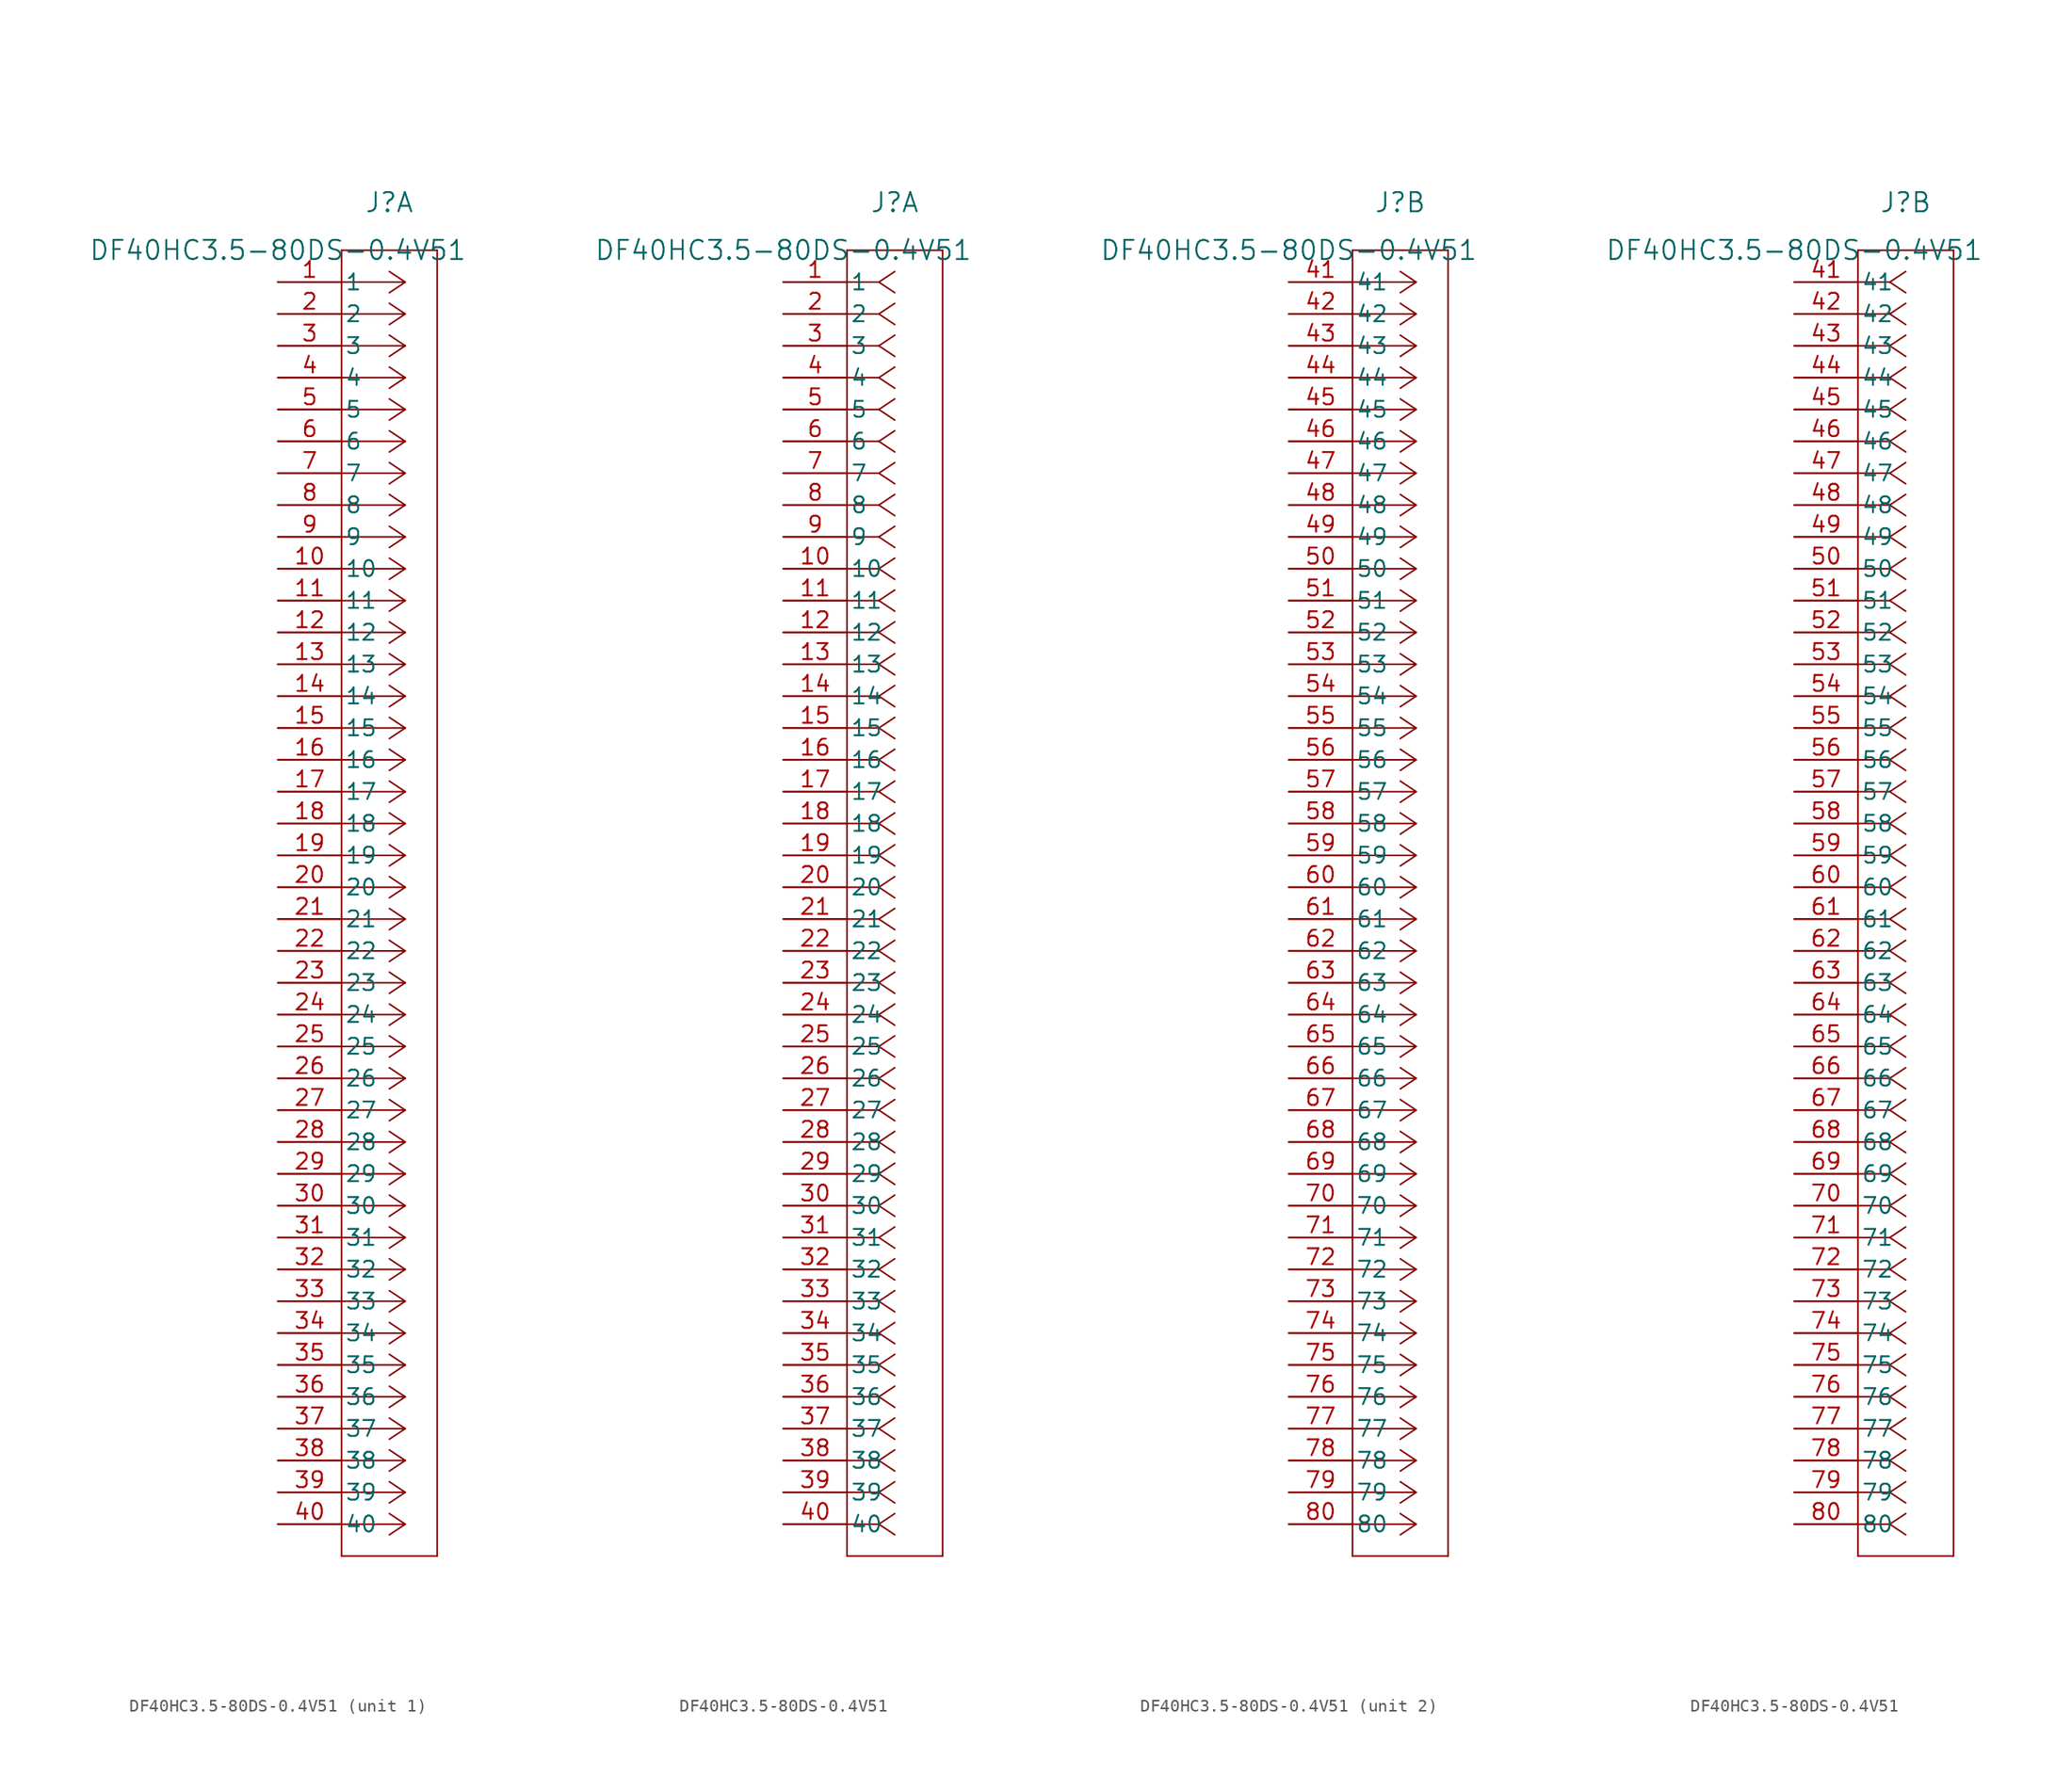
<source format=kicad_sym>
(kicad_symbol_lib
  (version 20220914)
  (generator kicad_symbol_editor)
  (symbol "DF40HC3.5-80DS-0.4V51"
    (pin_names
      (offset 0.254))
    (property "Reference" "J"
      (at 8.89 6.35 0)
      (effects (font (size 1.524 1.524))))
    (property "Value" "DF40HC3.5-80DS-0.4V51"
      (at 0 2.54 0)
      (effects (font (size 1.524 1.524))))
    (property "ki_locked" ""
      (at 0 0 0)
      (effects (font (size 1.27 1.27))))
    (symbol "DF40HC3.5-80DS-0.4V51_1_1"
      (polyline (pts (xy 5.08 -101.6) (xy 12.7 -101.6)) (stroke (width 0.127) (type default)) (fill (type none)))
      (polyline (pts (xy 5.08 2.54) (xy 5.08 -101.6)) (stroke (width 0.127) (type default)) (fill (type none)))
      (polyline (pts (xy 10.16 -99.06) (xy 5.08 -99.06)) (stroke (width 0.127) (type default)) (fill (type none)))
      (polyline (pts (xy 10.16 -99.06) (xy 8.89 -99.907)) (stroke (width 0.127) (type default)) (fill (type none)))
      (polyline (pts (xy 10.16 -99.06) (xy 8.89 -98.213)) (stroke (width 0.127) (type default)) (fill (type none)))
      (polyline (pts (xy 10.16 -96.52) (xy 5.08 -96.52)) (stroke (width 0.127) (type default)) (fill (type none)))
      (polyline (pts (xy 10.16 -96.52) (xy 8.89 -97.367)) (stroke (width 0.127) (type default)) (fill (type none)))
      (polyline (pts (xy 10.16 -96.52) (xy 8.89 -95.673)) (stroke (width 0.127) (type default)) (fill (type none)))
      (polyline (pts (xy 10.16 -93.98) (xy 5.08 -93.98)) (stroke (width 0.127) (type default)) (fill (type none)))
      (polyline (pts (xy 10.16 -93.98) (xy 8.89 -94.827)) (stroke (width 0.127) (type default)) (fill (type none)))
      (polyline (pts (xy 10.16 -93.98) (xy 8.89 -93.133)) (stroke (width 0.127) (type default)) (fill (type none)))
      (polyline (pts (xy 10.16 -91.44) (xy 5.08 -91.44)) (stroke (width 0.127) (type default)) (fill (type none)))
      (polyline (pts (xy 10.16 -91.44) (xy 8.89 -92.287)) (stroke (width 0.127) (type default)) (fill (type none)))
      (polyline (pts (xy 10.16 -91.44) (xy 8.89 -90.593)) (stroke (width 0.127) (type default)) (fill (type none)))
      (polyline (pts (xy 10.16 -88.9) (xy 5.08 -88.9)) (stroke (width 0.127) (type default)) (fill (type none)))
      (polyline (pts (xy 10.16 -88.9) (xy 8.89 -89.747)) (stroke (width 0.127) (type default)) (fill (type none)))
      (polyline (pts (xy 10.16 -88.9) (xy 8.89 -88.053)) (stroke (width 0.127) (type default)) (fill (type none)))
      (polyline (pts (xy 10.16 -86.36) (xy 5.08 -86.36)) (stroke (width 0.127) (type default)) (fill (type none)))
      (polyline (pts (xy 10.16 -86.36) (xy 8.89 -87.207)) (stroke (width 0.127) (type default)) (fill (type none)))
      (polyline (pts (xy 10.16 -86.36) (xy 8.89 -85.513)) (stroke (width 0.127) (type default)) (fill (type none)))
      (polyline (pts (xy 10.16 -83.82) (xy 5.08 -83.82)) (stroke (width 0.127) (type default)) (fill (type none)))
      (polyline (pts (xy 10.16 -83.82) (xy 8.89 -84.667)) (stroke (width 0.127) (type default)) (fill (type none)))
      (polyline (pts (xy 10.16 -83.82) (xy 8.89 -82.973)) (stroke (width 0.127) (type default)) (fill (type none)))
      (polyline (pts (xy 10.16 -81.28) (xy 5.08 -81.28)) (stroke (width 0.127) (type default)) (fill (type none)))
      (polyline (pts (xy 10.16 -81.28) (xy 8.89 -82.127)) (stroke (width 0.127) (type default)) (fill (type none)))
      (polyline (pts (xy 10.16 -81.28) (xy 8.89 -80.433)) (stroke (width 0.127) (type default)) (fill (type none)))
      (polyline (pts (xy 10.16 -78.74) (xy 5.08 -78.74)) (stroke (width 0.127) (type default)) (fill (type none)))
      (polyline (pts (xy 10.16 -78.74) (xy 8.89 -79.587)) (stroke (width 0.127) (type default)) (fill (type none)))
      (polyline (pts (xy 10.16 -78.74) (xy 8.89 -77.893)) (stroke (width 0.127) (type default)) (fill (type none)))
      (polyline (pts (xy 10.16 -76.2) (xy 5.08 -76.2)) (stroke (width 0.127) (type default)) (fill (type none)))
      (polyline (pts (xy 10.16 -76.2) (xy 8.89 -77.047)) (stroke (width 0.127) (type default)) (fill (type none)))
      (polyline (pts (xy 10.16 -76.2) (xy 8.89 -75.353)) (stroke (width 0.127) (type default)) (fill (type none)))
      (polyline (pts (xy 10.16 -73.66) (xy 5.08 -73.66)) (stroke (width 0.127) (type default)) (fill (type none)))
      (polyline (pts (xy 10.16 -73.66) (xy 8.89 -74.507)) (stroke (width 0.127) (type default)) (fill (type none)))
      (polyline (pts (xy 10.16 -73.66) (xy 8.89 -72.813)) (stroke (width 0.127) (type default)) (fill (type none)))
      (polyline (pts (xy 10.16 -71.12) (xy 5.08 -71.12)) (stroke (width 0.127) (type default)) (fill (type none)))
      (polyline (pts (xy 10.16 -71.12) (xy 8.89 -71.967)) (stroke (width 0.127) (type default)) (fill (type none)))
      (polyline (pts (xy 10.16 -71.12) (xy 8.89 -70.273)) (stroke (width 0.127) (type default)) (fill (type none)))
      (polyline (pts (xy 10.16 -68.58) (xy 5.08 -68.58)) (stroke (width 0.127) (type default)) (fill (type none)))
      (polyline (pts (xy 10.16 -68.58) (xy 8.89 -69.427)) (stroke (width 0.127) (type default)) (fill (type none)))
      (polyline (pts (xy 10.16 -68.58) (xy 8.89 -67.733)) (stroke (width 0.127) (type default)) (fill (type none)))
      (polyline (pts (xy 10.16 -66.04) (xy 5.08 -66.04)) (stroke (width 0.127) (type default)) (fill (type none)))
      (polyline (pts (xy 10.16 -66.04) (xy 8.89 -66.887)) (stroke (width 0.127) (type default)) (fill (type none)))
      (polyline (pts (xy 10.16 -66.04) (xy 8.89 -65.193)) (stroke (width 0.127) (type default)) (fill (type none)))
      (polyline (pts (xy 10.16 -63.5) (xy 5.08 -63.5)) (stroke (width 0.127) (type default)) (fill (type none)))
      (polyline (pts (xy 10.16 -63.5) (xy 8.89 -64.347)) (stroke (width 0.127) (type default)) (fill (type none)))
      (polyline (pts (xy 10.16 -63.5) (xy 8.89 -62.653)) (stroke (width 0.127) (type default)) (fill (type none)))
      (polyline (pts (xy 10.16 -60.96) (xy 5.08 -60.96)) (stroke (width 0.127) (type default)) (fill (type none)))
      (polyline (pts (xy 10.16 -60.96) (xy 8.89 -61.807)) (stroke (width 0.127) (type default)) (fill (type none)))
      (polyline (pts (xy 10.16 -60.96) (xy 8.89 -60.113)) (stroke (width 0.127) (type default)) (fill (type none)))
      (polyline (pts (xy 10.16 -58.42) (xy 5.08 -58.42)) (stroke (width 0.127) (type default)) (fill (type none)))
      (polyline (pts (xy 10.16 -58.42) (xy 8.89 -59.267)) (stroke (width 0.127) (type default)) (fill (type none)))
      (polyline (pts (xy 10.16 -58.42) (xy 8.89 -57.573)) (stroke (width 0.127) (type default)) (fill (type none)))
      (polyline (pts (xy 10.16 -55.88) (xy 5.08 -55.88)) (stroke (width 0.127) (type default)) (fill (type none)))
      (polyline (pts (xy 10.16 -55.88) (xy 8.89 -56.727)) (stroke (width 0.127) (type default)) (fill (type none)))
      (polyline (pts (xy 10.16 -55.88) (xy 8.89 -55.033)) (stroke (width 0.127) (type default)) (fill (type none)))
      (polyline (pts (xy 10.16 -53.34) (xy 5.08 -53.34)) (stroke (width 0.127) (type default)) (fill (type none)))
      (polyline (pts (xy 10.16 -53.34) (xy 8.89 -54.187)) (stroke (width 0.127) (type default)) (fill (type none)))
      (polyline (pts (xy 10.16 -53.34) (xy 8.89 -52.493)) (stroke (width 0.127) (type default)) (fill (type none)))
      (polyline (pts (xy 10.16 -50.8) (xy 5.08 -50.8)) (stroke (width 0.127) (type default)) (fill (type none)))
      (polyline (pts (xy 10.16 -50.8) (xy 8.89 -51.647)) (stroke (width 0.127) (type default)) (fill (type none)))
      (polyline (pts (xy 10.16 -50.8) (xy 8.89 -49.953)) (stroke (width 0.127) (type default)) (fill (type none)))
      (polyline (pts (xy 10.16 -48.26) (xy 5.08 -48.26)) (stroke (width 0.127) (type default)) (fill (type none)))
      (polyline (pts (xy 10.16 -48.26) (xy 8.89 -49.107)) (stroke (width 0.127) (type default)) (fill (type none)))
      (polyline (pts (xy 10.16 -48.26) (xy 8.89 -47.413)) (stroke (width 0.127) (type default)) (fill (type none)))
      (polyline (pts (xy 10.16 -45.72) (xy 5.08 -45.72)) (stroke (width 0.127) (type default)) (fill (type none)))
      (polyline (pts (xy 10.16 -45.72) (xy 8.89 -46.567)) (stroke (width 0.127) (type default)) (fill (type none)))
      (polyline (pts (xy 10.16 -45.72) (xy 8.89 -44.873)) (stroke (width 0.127) (type default)) (fill (type none)))
      (polyline (pts (xy 10.16 -43.18) (xy 5.08 -43.18)) (stroke (width 0.127) (type default)) (fill (type none)))
      (polyline (pts (xy 10.16 -43.18) (xy 8.89 -44.027)) (stroke (width 0.127) (type default)) (fill (type none)))
      (polyline (pts (xy 10.16 -43.18) (xy 8.89 -42.333)) (stroke (width 0.127) (type default)) (fill (type none)))
      (polyline (pts (xy 10.16 -40.64) (xy 5.08 -40.64)) (stroke (width 0.127) (type default)) (fill (type none)))
      (polyline (pts (xy 10.16 -40.64) (xy 8.89 -41.487)) (stroke (width 0.127) (type default)) (fill (type none)))
      (polyline (pts (xy 10.16 -40.64) (xy 8.89 -39.793)) (stroke (width 0.127) (type default)) (fill (type none)))
      (polyline (pts (xy 10.16 -38.1) (xy 5.08 -38.1)) (stroke (width 0.127) (type default)) (fill (type none)))
      (polyline (pts (xy 10.16 -38.1) (xy 8.89 -38.947)) (stroke (width 0.127) (type default)) (fill (type none)))
      (polyline (pts (xy 10.16 -38.1) (xy 8.89 -37.253)) (stroke (width 0.127) (type default)) (fill (type none)))
      (polyline (pts (xy 10.16 -35.56) (xy 5.08 -35.56)) (stroke (width 0.127) (type default)) (fill (type none)))
      (polyline (pts (xy 10.16 -35.56) (xy 8.89 -36.407)) (stroke (width 0.127) (type default)) (fill (type none)))
      (polyline (pts (xy 10.16 -35.56) (xy 8.89 -34.713)) (stroke (width 0.127) (type default)) (fill (type none)))
      (polyline (pts (xy 10.16 -33.02) (xy 5.08 -33.02)) (stroke (width 0.127) (type default)) (fill (type none)))
      (polyline (pts (xy 10.16 -33.02) (xy 8.89 -33.867)) (stroke (width 0.127) (type default)) (fill (type none)))
      (polyline (pts (xy 10.16 -33.02) (xy 8.89 -32.173)) (stroke (width 0.127) (type default)) (fill (type none)))
      (polyline (pts (xy 10.16 -30.48) (xy 5.08 -30.48)) (stroke (width 0.127) (type default)) (fill (type none)))
      (polyline (pts (xy 10.16 -30.48) (xy 8.89 -31.327)) (stroke (width 0.127) (type default)) (fill (type none)))
      (polyline (pts (xy 10.16 -30.48) (xy 8.89 -29.633)) (stroke (width 0.127) (type default)) (fill (type none)))
      (polyline (pts (xy 10.16 -27.94) (xy 5.08 -27.94)) (stroke (width 0.127) (type default)) (fill (type none)))
      (polyline (pts (xy 10.16 -27.94) (xy 8.89 -28.787)) (stroke (width 0.127) (type default)) (fill (type none)))
      (polyline (pts (xy 10.16 -27.94) (xy 8.89 -27.093)) (stroke (width 0.127) (type default)) (fill (type none)))
      (polyline (pts (xy 10.16 -25.4) (xy 5.08 -25.4)) (stroke (width 0.127) (type default)) (fill (type none)))
      (polyline (pts (xy 10.16 -25.4) (xy 8.89 -26.247)) (stroke (width 0.127) (type default)) (fill (type none)))
      (polyline (pts (xy 10.16 -25.4) (xy 8.89 -24.553)) (stroke (width 0.127) (type default)) (fill (type none)))
      (polyline (pts (xy 10.16 -22.86) (xy 5.08 -22.86)) (stroke (width 0.127) (type default)) (fill (type none)))
      (polyline (pts (xy 10.16 -22.86) (xy 8.89 -23.707)) (stroke (width 0.127) (type default)) (fill (type none)))
      (polyline (pts (xy 10.16 -22.86) (xy 8.89 -22.013)) (stroke (width 0.127) (type default)) (fill (type none)))
      (polyline (pts (xy 10.16 -20.32) (xy 5.08 -20.32)) (stroke (width 0.127) (type default)) (fill (type none)))
      (polyline (pts (xy 10.16 -20.32) (xy 8.89 -21.167)) (stroke (width 0.127) (type default)) (fill (type none)))
      (polyline (pts (xy 10.16 -20.32) (xy 8.89 -19.473)) (stroke (width 0.127) (type default)) (fill (type none)))
      (polyline (pts (xy 10.16 -17.78) (xy 5.08 -17.78)) (stroke (width 0.127) (type default)) (fill (type none)))
      (polyline (pts (xy 10.16 -17.78) (xy 8.89 -18.627)) (stroke (width 0.127) (type default)) (fill (type none)))
      (polyline (pts (xy 10.16 -17.78) (xy 8.89 -16.933)) (stroke (width 0.127) (type default)) (fill (type none)))
      (polyline (pts (xy 10.16 -15.24) (xy 5.08 -15.24)) (stroke (width 0.127) (type default)) (fill (type none)))
      (polyline (pts (xy 10.16 -15.24) (xy 8.89 -16.087)) (stroke (width 0.127) (type default)) (fill (type none)))
      (polyline (pts (xy 10.16 -15.24) (xy 8.89 -14.393)) (stroke (width 0.127) (type default)) (fill (type none)))
      (polyline (pts (xy 10.16 -12.7) (xy 5.08 -12.7)) (stroke (width 0.127) (type default)) (fill (type none)))
      (polyline (pts (xy 10.16 -12.7) (xy 8.89 -13.547)) (stroke (width 0.127) (type default)) (fill (type none)))
      (polyline (pts (xy 10.16 -12.7) (xy 8.89 -11.853)) (stroke (width 0.127) (type default)) (fill (type none)))
      (polyline (pts (xy 10.16 -10.16) (xy 5.08 -10.16)) (stroke (width 0.127) (type default)) (fill (type none)))
      (polyline (pts (xy 10.16 -10.16) (xy 8.89 -11.007)) (stroke (width 0.127) (type default)) (fill (type none)))
      (polyline (pts (xy 10.16 -10.16) (xy 8.89 -9.313)) (stroke (width 0.127) (type default)) (fill (type none)))
      (polyline (pts (xy 10.16 -7.62) (xy 5.08 -7.62)) (stroke (width 0.127) (type default)) (fill (type none)))
      (polyline (pts (xy 10.16 -7.62) (xy 8.89 -8.467)) (stroke (width 0.127) (type default)) (fill (type none)))
      (polyline (pts (xy 10.16 -7.62) (xy 8.89 -6.773)) (stroke (width 0.127) (type default)) (fill (type none)))
      (polyline (pts (xy 10.16 -5.08) (xy 5.08 -5.08)) (stroke (width 0.127) (type default)) (fill (type none)))
      (polyline (pts (xy 10.16 -5.08) (xy 8.89 -5.927)) (stroke (width 0.127) (type default)) (fill (type none)))
      (polyline (pts (xy 10.16 -5.08) (xy 8.89 -4.233)) (stroke (width 0.127) (type default)) (fill (type none)))
      (polyline (pts (xy 10.16 -2.54) (xy 5.08 -2.54)) (stroke (width 0.127) (type default)) (fill (type none)))
      (polyline (pts (xy 10.16 -2.54) (xy 8.89 -3.387)) (stroke (width 0.127) (type default)) (fill (type none)))
      (polyline (pts (xy 10.16 -2.54) (xy 8.89 -1.693)) (stroke (width 0.127) (type default)) (fill (type none)))
      (polyline (pts (xy 10.16 0) (xy 5.08 0)) (stroke (width 0.127) (type default)) (fill (type none)))
      (polyline (pts (xy 10.16 0) (xy 8.89 -0.847)) (stroke (width 0.127) (type default)) (fill (type none)))
      (polyline (pts (xy 10.16 0) (xy 8.89 0.847)) (stroke (width 0.127) (type default)) (fill (type none)))
      (polyline (pts (xy 12.7 -101.6) (xy 12.7 2.54)) (stroke (width 0.127) (type default)) (fill (type none)))
      (polyline (pts (xy 12.7 2.54) (xy 5.08 2.54)) (stroke (width 0.127) (type default)) (fill (type none)))
      (pin unspecified line (at 0 0 0) (length 5.08) (name "1" (effects (font (size 1.27 1.27)))) (number "1" (effects (font (size 1.27 1.27)))))
      (pin unspecified line (at 0 -22.86 0) (length 5.08) (name "10" (effects (font (size 1.27 1.27)))) (number "10" (effects (font (size 1.27 1.27)))))
      (pin unspecified line (at 0 -25.4 0) (length 5.08) (name "11" (effects (font (size 1.27 1.27)))) (number "11" (effects (font (size 1.27 1.27)))))
      (pin unspecified line (at 0 -27.94 0) (length 5.08) (name "12" (effects (font (size 1.27 1.27)))) (number "12" (effects (font (size 1.27 1.27)))))
      (pin unspecified line (at 0 -30.48 0) (length 5.08) (name "13" (effects (font (size 1.27 1.27)))) (number "13" (effects (font (size 1.27 1.27)))))
      (pin unspecified line (at 0 -33.02 0) (length 5.08) (name "14" (effects (font (size 1.27 1.27)))) (number "14" (effects (font (size 1.27 1.27)))))
      (pin unspecified line (at 0 -35.56 0) (length 5.08) (name "15" (effects (font (size 1.27 1.27)))) (number "15" (effects (font (size 1.27 1.27)))))
      (pin unspecified line (at 0 -38.1 0) (length 5.08) (name "16" (effects (font (size 1.27 1.27)))) (number "16" (effects (font (size 1.27 1.27)))))
      (pin unspecified line (at 0 -40.64 0) (length 5.08) (name "17" (effects (font (size 1.27 1.27)))) (number "17" (effects (font (size 1.27 1.27)))))
      (pin unspecified line (at 0 -43.18 0) (length 5.08) (name "18" (effects (font (size 1.27 1.27)))) (number "18" (effects (font (size 1.27 1.27)))))
      (pin unspecified line (at 0 -45.72 0) (length 5.08) (name "19" (effects (font (size 1.27 1.27)))) (number "19" (effects (font (size 1.27 1.27)))))
      (pin unspecified line (at 0 -2.54 0) (length 5.08) (name "2" (effects (font (size 1.27 1.27)))) (number "2" (effects (font (size 1.27 1.27)))))
      (pin unspecified line (at 0 -48.26 0) (length 5.08) (name "20" (effects (font (size 1.27 1.27)))) (number "20" (effects (font (size 1.27 1.27)))))
      (pin unspecified line (at 0 -50.8 0) (length 5.08) (name "21" (effects (font (size 1.27 1.27)))) (number "21" (effects (font (size 1.27 1.27)))))
      (pin unspecified line (at 0 -53.34 0) (length 5.08) (name "22" (effects (font (size 1.27 1.27)))) (number "22" (effects (font (size 1.27 1.27)))))
      (pin unspecified line (at 0 -55.88 0) (length 5.08) (name "23" (effects (font (size 1.27 1.27)))) (number "23" (effects (font (size 1.27 1.27)))))
      (pin unspecified line (at 0 -58.42 0) (length 5.08) (name "24" (effects (font (size 1.27 1.27)))) (number "24" (effects (font (size 1.27 1.27)))))
      (pin unspecified line (at 0 -60.96 0) (length 5.08) (name "25" (effects (font (size 1.27 1.27)))) (number "25" (effects (font (size 1.27 1.27)))))
      (pin unspecified line (at 0 -63.5 0) (length 5.08) (name "26" (effects (font (size 1.27 1.27)))) (number "26" (effects (font (size 1.27 1.27)))))
      (pin unspecified line (at 0 -66.04 0) (length 5.08) (name "27" (effects (font (size 1.27 1.27)))) (number "27" (effects (font (size 1.27 1.27)))))
      (pin unspecified line (at 0 -68.58 0) (length 5.08) (name "28" (effects (font (size 1.27 1.27)))) (number "28" (effects (font (size 1.27 1.27)))))
      (pin unspecified line (at 0 -71.12 0) (length 5.08) (name "29" (effects (font (size 1.27 1.27)))) (number "29" (effects (font (size 1.27 1.27)))))
      (pin unspecified line (at 0 -5.08 0) (length 5.08) (name "3" (effects (font (size 1.27 1.27)))) (number "3" (effects (font (size 1.27 1.27)))))
      (pin unspecified line (at 0 -73.66 0) (length 5.08) (name "30" (effects (font (size 1.27 1.27)))) (number "30" (effects (font (size 1.27 1.27)))))
      (pin unspecified line (at 0 -76.2 0) (length 5.08) (name "31" (effects (font (size 1.27 1.27)))) (number "31" (effects (font (size 1.27 1.27)))))
      (pin unspecified line (at 0 -78.74 0) (length 5.08) (name "32" (effects (font (size 1.27 1.27)))) (number "32" (effects (font (size 1.27 1.27)))))
      (pin unspecified line (at 0 -81.28 0) (length 5.08) (name "33" (effects (font (size 1.27 1.27)))) (number "33" (effects (font (size 1.27 1.27)))))
      (pin unspecified line (at 0 -83.82 0) (length 5.08) (name "34" (effects (font (size 1.27 1.27)))) (number "34" (effects (font (size 1.27 1.27)))))
      (pin unspecified line (at 0 -86.36 0) (length 5.08) (name "35" (effects (font (size 1.27 1.27)))) (number "35" (effects (font (size 1.27 1.27)))))
      (pin unspecified line (at 0 -88.9 0) (length 5.08) (name "36" (effects (font (size 1.27 1.27)))) (number "36" (effects (font (size 1.27 1.27)))))
      (pin unspecified line (at 0 -91.44 0) (length 5.08) (name "37" (effects (font (size 1.27 1.27)))) (number "37" (effects (font (size 1.27 1.27)))))
      (pin unspecified line (at 0 -93.98 0) (length 5.08) (name "38" (effects (font (size 1.27 1.27)))) (number "38" (effects (font (size 1.27 1.27)))))
      (pin unspecified line (at 0 -96.52 0) (length 5.08) (name "39" (effects (font (size 1.27 1.27)))) (number "39" (effects (font (size 1.27 1.27)))))
      (pin unspecified line (at 0 -7.62 0) (length 5.08) (name "4" (effects (font (size 1.27 1.27)))) (number "4" (effects (font (size 1.27 1.27)))))
      (pin unspecified line (at 0 -99.06 0) (length 5.08) (name "40" (effects (font (size 1.27 1.27)))) (number "40" (effects (font (size 1.27 1.27)))))
      (pin unspecified line (at 0 -10.16 0) (length 5.08) (name "5" (effects (font (size 1.27 1.27)))) (number "5" (effects (font (size 1.27 1.27)))))
      (pin unspecified line (at 0 -12.7 0) (length 5.08) (name "6" (effects (font (size 1.27 1.27)))) (number "6" (effects (font (size 1.27 1.27)))))
      (pin unspecified line (at 0 -15.24 0) (length 5.08) (name "7" (effects (font (size 1.27 1.27)))) (number "7" (effects (font (size 1.27 1.27)))))
      (pin unspecified line (at 0 -17.78 0) (length 5.08) (name "8" (effects (font (size 1.27 1.27)))) (number "8" (effects (font (size 1.27 1.27)))))
      (pin unspecified line (at 0 -20.32 0) (length 5.08) (name "9" (effects (font (size 1.27 1.27)))) (number "9" (effects (font (size 1.27 1.27))))))
    (symbol "DF40HC3.5-80DS-0.4V51_1_2"
      (polyline (pts (xy 5.08 -101.6) (xy 12.7 -101.6)) (stroke (width 0.127) (type default)) (fill (type none)))
      (polyline (pts (xy 5.08 2.54) (xy 5.08 -101.6)) (stroke (width 0.127) (type default)) (fill (type none)))
      (polyline (pts (xy 7.62 -99.06) (xy 5.08 -99.06)) (stroke (width 0.127) (type default)) (fill (type none)))
      (polyline (pts (xy 7.62 -99.06) (xy 8.89 -99.907)) (stroke (width 0.127) (type default)) (fill (type none)))
      (polyline (pts (xy 7.62 -99.06) (xy 8.89 -98.213)) (stroke (width 0.127) (type default)) (fill (type none)))
      (polyline (pts (xy 7.62 -96.52) (xy 5.08 -96.52)) (stroke (width 0.127) (type default)) (fill (type none)))
      (polyline (pts (xy 7.62 -96.52) (xy 8.89 -97.367)) (stroke (width 0.127) (type default)) (fill (type none)))
      (polyline (pts (xy 7.62 -96.52) (xy 8.89 -95.673)) (stroke (width 0.127) (type default)) (fill (type none)))
      (polyline (pts (xy 7.62 -93.98) (xy 5.08 -93.98)) (stroke (width 0.127) (type default)) (fill (type none)))
      (polyline (pts (xy 7.62 -93.98) (xy 8.89 -94.827)) (stroke (width 0.127) (type default)) (fill (type none)))
      (polyline (pts (xy 7.62 -93.98) (xy 8.89 -93.133)) (stroke (width 0.127) (type default)) (fill (type none)))
      (polyline (pts (xy 7.62 -91.44) (xy 5.08 -91.44)) (stroke (width 0.127) (type default)) (fill (type none)))
      (polyline (pts (xy 7.62 -91.44) (xy 8.89 -92.287)) (stroke (width 0.127) (type default)) (fill (type none)))
      (polyline (pts (xy 7.62 -91.44) (xy 8.89 -90.593)) (stroke (width 0.127) (type default)) (fill (type none)))
      (polyline (pts (xy 7.62 -88.9) (xy 5.08 -88.9)) (stroke (width 0.127) (type default)) (fill (type none)))
      (polyline (pts (xy 7.62 -88.9) (xy 8.89 -89.747)) (stroke (width 0.127) (type default)) (fill (type none)))
      (polyline (pts (xy 7.62 -88.9) (xy 8.89 -88.053)) (stroke (width 0.127) (type default)) (fill (type none)))
      (polyline (pts (xy 7.62 -86.36) (xy 5.08 -86.36)) (stroke (width 0.127) (type default)) (fill (type none)))
      (polyline (pts (xy 7.62 -86.36) (xy 8.89 -87.207)) (stroke (width 0.127) (type default)) (fill (type none)))
      (polyline (pts (xy 7.62 -86.36) (xy 8.89 -85.513)) (stroke (width 0.127) (type default)) (fill (type none)))
      (polyline (pts (xy 7.62 -83.82) (xy 5.08 -83.82)) (stroke (width 0.127) (type default)) (fill (type none)))
      (polyline (pts (xy 7.62 -83.82) (xy 8.89 -84.667)) (stroke (width 0.127) (type default)) (fill (type none)))
      (polyline (pts (xy 7.62 -83.82) (xy 8.89 -82.973)) (stroke (width 0.127) (type default)) (fill (type none)))
      (polyline (pts (xy 7.62 -81.28) (xy 5.08 -81.28)) (stroke (width 0.127) (type default)) (fill (type none)))
      (polyline (pts (xy 7.62 -81.28) (xy 8.89 -82.127)) (stroke (width 0.127) (type default)) (fill (type none)))
      (polyline (pts (xy 7.62 -81.28) (xy 8.89 -80.433)) (stroke (width 0.127) (type default)) (fill (type none)))
      (polyline (pts (xy 7.62 -78.74) (xy 5.08 -78.74)) (stroke (width 0.127) (type default)) (fill (type none)))
      (polyline (pts (xy 7.62 -78.74) (xy 8.89 -79.587)) (stroke (width 0.127) (type default)) (fill (type none)))
      (polyline (pts (xy 7.62 -78.74) (xy 8.89 -77.893)) (stroke (width 0.127) (type default)) (fill (type none)))
      (polyline (pts (xy 7.62 -76.2) (xy 5.08 -76.2)) (stroke (width 0.127) (type default)) (fill (type none)))
      (polyline (pts (xy 7.62 -76.2) (xy 8.89 -77.047)) (stroke (width 0.127) (type default)) (fill (type none)))
      (polyline (pts (xy 7.62 -76.2) (xy 8.89 -75.353)) (stroke (width 0.127) (type default)) (fill (type none)))
      (polyline (pts (xy 7.62 -73.66) (xy 5.08 -73.66)) (stroke (width 0.127) (type default)) (fill (type none)))
      (polyline (pts (xy 7.62 -73.66) (xy 8.89 -74.507)) (stroke (width 0.127) (type default)) (fill (type none)))
      (polyline (pts (xy 7.62 -73.66) (xy 8.89 -72.813)) (stroke (width 0.127) (type default)) (fill (type none)))
      (polyline (pts (xy 7.62 -71.12) (xy 5.08 -71.12)) (stroke (width 0.127) (type default)) (fill (type none)))
      (polyline (pts (xy 7.62 -71.12) (xy 8.89 -71.967)) (stroke (width 0.127) (type default)) (fill (type none)))
      (polyline (pts (xy 7.62 -71.12) (xy 8.89 -70.273)) (stroke (width 0.127) (type default)) (fill (type none)))
      (polyline (pts (xy 7.62 -68.58) (xy 5.08 -68.58)) (stroke (width 0.127) (type default)) (fill (type none)))
      (polyline (pts (xy 7.62 -68.58) (xy 8.89 -69.427)) (stroke (width 0.127) (type default)) (fill (type none)))
      (polyline (pts (xy 7.62 -68.58) (xy 8.89 -67.733)) (stroke (width 0.127) (type default)) (fill (type none)))
      (polyline (pts (xy 7.62 -66.04) (xy 5.08 -66.04)) (stroke (width 0.127) (type default)) (fill (type none)))
      (polyline (pts (xy 7.62 -66.04) (xy 8.89 -66.887)) (stroke (width 0.127) (type default)) (fill (type none)))
      (polyline (pts (xy 7.62 -66.04) (xy 8.89 -65.193)) (stroke (width 0.127) (type default)) (fill (type none)))
      (polyline (pts (xy 7.62 -63.5) (xy 5.08 -63.5)) (stroke (width 0.127) (type default)) (fill (type none)))
      (polyline (pts (xy 7.62 -63.5) (xy 8.89 -64.347)) (stroke (width 0.127) (type default)) (fill (type none)))
      (polyline (pts (xy 7.62 -63.5) (xy 8.89 -62.653)) (stroke (width 0.127) (type default)) (fill (type none)))
      (polyline (pts (xy 7.62 -60.96) (xy 5.08 -60.96)) (stroke (width 0.127) (type default)) (fill (type none)))
      (polyline (pts (xy 7.62 -60.96) (xy 8.89 -61.807)) (stroke (width 0.127) (type default)) (fill (type none)))
      (polyline (pts (xy 7.62 -60.96) (xy 8.89 -60.113)) (stroke (width 0.127) (type default)) (fill (type none)))
      (polyline (pts (xy 7.62 -58.42) (xy 5.08 -58.42)) (stroke (width 0.127) (type default)) (fill (type none)))
      (polyline (pts (xy 7.62 -58.42) (xy 8.89 -59.267)) (stroke (width 0.127) (type default)) (fill (type none)))
      (polyline (pts (xy 7.62 -58.42) (xy 8.89 -57.573)) (stroke (width 0.127) (type default)) (fill (type none)))
      (polyline (pts (xy 7.62 -55.88) (xy 5.08 -55.88)) (stroke (width 0.127) (type default)) (fill (type none)))
      (polyline (pts (xy 7.62 -55.88) (xy 8.89 -56.727)) (stroke (width 0.127) (type default)) (fill (type none)))
      (polyline (pts (xy 7.62 -55.88) (xy 8.89 -55.033)) (stroke (width 0.127) (type default)) (fill (type none)))
      (polyline (pts (xy 7.62 -53.34) (xy 5.08 -53.34)) (stroke (width 0.127) (type default)) (fill (type none)))
      (polyline (pts (xy 7.62 -53.34) (xy 8.89 -54.187)) (stroke (width 0.127) (type default)) (fill (type none)))
      (polyline (pts (xy 7.62 -53.34) (xy 8.89 -52.493)) (stroke (width 0.127) (type default)) (fill (type none)))
      (polyline (pts (xy 7.62 -50.8) (xy 5.08 -50.8)) (stroke (width 0.127) (type default)) (fill (type none)))
      (polyline (pts (xy 7.62 -50.8) (xy 8.89 -51.647)) (stroke (width 0.127) (type default)) (fill (type none)))
      (polyline (pts (xy 7.62 -50.8) (xy 8.89 -49.953)) (stroke (width 0.127) (type default)) (fill (type none)))
      (polyline (pts (xy 7.62 -48.26) (xy 5.08 -48.26)) (stroke (width 0.127) (type default)) (fill (type none)))
      (polyline (pts (xy 7.62 -48.26) (xy 8.89 -49.107)) (stroke (width 0.127) (type default)) (fill (type none)))
      (polyline (pts (xy 7.62 -48.26) (xy 8.89 -47.413)) (stroke (width 0.127) (type default)) (fill (type none)))
      (polyline (pts (xy 7.62 -45.72) (xy 5.08 -45.72)) (stroke (width 0.127) (type default)) (fill (type none)))
      (polyline (pts (xy 7.62 -45.72) (xy 8.89 -46.567)) (stroke (width 0.127) (type default)) (fill (type none)))
      (polyline (pts (xy 7.62 -45.72) (xy 8.89 -44.873)) (stroke (width 0.127) (type default)) (fill (type none)))
      (polyline (pts (xy 7.62 -43.18) (xy 5.08 -43.18)) (stroke (width 0.127) (type default)) (fill (type none)))
      (polyline (pts (xy 7.62 -43.18) (xy 8.89 -44.027)) (stroke (width 0.127) (type default)) (fill (type none)))
      (polyline (pts (xy 7.62 -43.18) (xy 8.89 -42.333)) (stroke (width 0.127) (type default)) (fill (type none)))
      (polyline (pts (xy 7.62 -40.64) (xy 5.08 -40.64)) (stroke (width 0.127) (type default)) (fill (type none)))
      (polyline (pts (xy 7.62 -40.64) (xy 8.89 -41.487)) (stroke (width 0.127) (type default)) (fill (type none)))
      (polyline (pts (xy 7.62 -40.64) (xy 8.89 -39.793)) (stroke (width 0.127) (type default)) (fill (type none)))
      (polyline (pts (xy 7.62 -38.1) (xy 5.08 -38.1)) (stroke (width 0.127) (type default)) (fill (type none)))
      (polyline (pts (xy 7.62 -38.1) (xy 8.89 -38.947)) (stroke (width 0.127) (type default)) (fill (type none)))
      (polyline (pts (xy 7.62 -38.1) (xy 8.89 -37.253)) (stroke (width 0.127) (type default)) (fill (type none)))
      (polyline (pts (xy 7.62 -35.56) (xy 5.08 -35.56)) (stroke (width 0.127) (type default)) (fill (type none)))
      (polyline (pts (xy 7.62 -35.56) (xy 8.89 -36.407)) (stroke (width 0.127) (type default)) (fill (type none)))
      (polyline (pts (xy 7.62 -35.56) (xy 8.89 -34.713)) (stroke (width 0.127) (type default)) (fill (type none)))
      (polyline (pts (xy 7.62 -33.02) (xy 5.08 -33.02)) (stroke (width 0.127) (type default)) (fill (type none)))
      (polyline (pts (xy 7.62 -33.02) (xy 8.89 -33.867)) (stroke (width 0.127) (type default)) (fill (type none)))
      (polyline (pts (xy 7.62 -33.02) (xy 8.89 -32.173)) (stroke (width 0.127) (type default)) (fill (type none)))
      (polyline (pts (xy 7.62 -30.48) (xy 5.08 -30.48)) (stroke (width 0.127) (type default)) (fill (type none)))
      (polyline (pts (xy 7.62 -30.48) (xy 8.89 -31.327)) (stroke (width 0.127) (type default)) (fill (type none)))
      (polyline (pts (xy 7.62 -30.48) (xy 8.89 -29.633)) (stroke (width 0.127) (type default)) (fill (type none)))
      (polyline (pts (xy 7.62 -27.94) (xy 5.08 -27.94)) (stroke (width 0.127) (type default)) (fill (type none)))
      (polyline (pts (xy 7.62 -27.94) (xy 8.89 -28.787)) (stroke (width 0.127) (type default)) (fill (type none)))
      (polyline (pts (xy 7.62 -27.94) (xy 8.89 -27.093)) (stroke (width 0.127) (type default)) (fill (type none)))
      (polyline (pts (xy 7.62 -25.4) (xy 5.08 -25.4)) (stroke (width 0.127) (type default)) (fill (type none)))
      (polyline (pts (xy 7.62 -25.4) (xy 8.89 -26.247)) (stroke (width 0.127) (type default)) (fill (type none)))
      (polyline (pts (xy 7.62 -25.4) (xy 8.89 -24.553)) (stroke (width 0.127) (type default)) (fill (type none)))
      (polyline (pts (xy 7.62 -22.86) (xy 5.08 -22.86)) (stroke (width 0.127) (type default)) (fill (type none)))
      (polyline (pts (xy 7.62 -22.86) (xy 8.89 -23.707)) (stroke (width 0.127) (type default)) (fill (type none)))
      (polyline (pts (xy 7.62 -22.86) (xy 8.89 -22.013)) (stroke (width 0.127) (type default)) (fill (type none)))
      (polyline (pts (xy 7.62 -20.32) (xy 5.08 -20.32)) (stroke (width 0.127) (type default)) (fill (type none)))
      (polyline (pts (xy 7.62 -20.32) (xy 8.89 -21.167)) (stroke (width 0.127) (type default)) (fill (type none)))
      (polyline (pts (xy 7.62 -20.32) (xy 8.89 -19.473)) (stroke (width 0.127) (type default)) (fill (type none)))
      (polyline (pts (xy 7.62 -17.78) (xy 5.08 -17.78)) (stroke (width 0.127) (type default)) (fill (type none)))
      (polyline (pts (xy 7.62 -17.78) (xy 8.89 -18.627)) (stroke (width 0.127) (type default)) (fill (type none)))
      (polyline (pts (xy 7.62 -17.78) (xy 8.89 -16.933)) (stroke (width 0.127) (type default)) (fill (type none)))
      (polyline (pts (xy 7.62 -15.24) (xy 5.08 -15.24)) (stroke (width 0.127) (type default)) (fill (type none)))
      (polyline (pts (xy 7.62 -15.24) (xy 8.89 -16.087)) (stroke (width 0.127) (type default)) (fill (type none)))
      (polyline (pts (xy 7.62 -15.24) (xy 8.89 -14.393)) (stroke (width 0.127) (type default)) (fill (type none)))
      (polyline (pts (xy 7.62 -12.7) (xy 5.08 -12.7)) (stroke (width 0.127) (type default)) (fill (type none)))
      (polyline (pts (xy 7.62 -12.7) (xy 8.89 -13.547)) (stroke (width 0.127) (type default)) (fill (type none)))
      (polyline (pts (xy 7.62 -12.7) (xy 8.89 -11.853)) (stroke (width 0.127) (type default)) (fill (type none)))
      (polyline (pts (xy 7.62 -10.16) (xy 5.08 -10.16)) (stroke (width 0.127) (type default)) (fill (type none)))
      (polyline (pts (xy 7.62 -10.16) (xy 8.89 -11.007)) (stroke (width 0.127) (type default)) (fill (type none)))
      (polyline (pts (xy 7.62 -10.16) (xy 8.89 -9.313)) (stroke (width 0.127) (type default)) (fill (type none)))
      (polyline (pts (xy 7.62 -7.62) (xy 5.08 -7.62)) (stroke (width 0.127) (type default)) (fill (type none)))
      (polyline (pts (xy 7.62 -7.62) (xy 8.89 -8.467)) (stroke (width 0.127) (type default)) (fill (type none)))
      (polyline (pts (xy 7.62 -7.62) (xy 8.89 -6.773)) (stroke (width 0.127) (type default)) (fill (type none)))
      (polyline (pts (xy 7.62 -5.08) (xy 5.08 -5.08)) (stroke (width 0.127) (type default)) (fill (type none)))
      (polyline (pts (xy 7.62 -5.08) (xy 8.89 -5.927)) (stroke (width 0.127) (type default)) (fill (type none)))
      (polyline (pts (xy 7.62 -5.08) (xy 8.89 -4.233)) (stroke (width 0.127) (type default)) (fill (type none)))
      (polyline (pts (xy 7.62 -2.54) (xy 5.08 -2.54)) (stroke (width 0.127) (type default)) (fill (type none)))
      (polyline (pts (xy 7.62 -2.54) (xy 8.89 -3.387)) (stroke (width 0.127) (type default)) (fill (type none)))
      (polyline (pts (xy 7.62 -2.54) (xy 8.89 -1.693)) (stroke (width 0.127) (type default)) (fill (type none)))
      (polyline (pts (xy 7.62 0) (xy 5.08 0)) (stroke (width 0.127) (type default)) (fill (type none)))
      (polyline (pts (xy 7.62 0) (xy 8.89 -0.847)) (stroke (width 0.127) (type default)) (fill (type none)))
      (polyline (pts (xy 7.62 0) (xy 8.89 0.847)) (stroke (width 0.127) (type default)) (fill (type none)))
      (polyline (pts (xy 12.7 -101.6) (xy 12.7 2.54)) (stroke (width 0.127) (type default)) (fill (type none)))
      (polyline (pts (xy 12.7 2.54) (xy 5.08 2.54)) (stroke (width 0.127) (type default)) (fill (type none)))
      (pin unspecified line (at 0 0 0) (length 5.08) (name "1" (effects (font (size 1.27 1.27)))) (number "1" (effects (font (size 1.27 1.27)))))
      (pin unspecified line (at 0 -22.86 0) (length 5.08) (name "10" (effects (font (size 1.27 1.27)))) (number "10" (effects (font (size 1.27 1.27)))))
      (pin unspecified line (at 0 -25.4 0) (length 5.08) (name "11" (effects (font (size 1.27 1.27)))) (number "11" (effects (font (size 1.27 1.27)))))
      (pin unspecified line (at 0 -27.94 0) (length 5.08) (name "12" (effects (font (size 1.27 1.27)))) (number "12" (effects (font (size 1.27 1.27)))))
      (pin unspecified line (at 0 -30.48 0) (length 5.08) (name "13" (effects (font (size 1.27 1.27)))) (number "13" (effects (font (size 1.27 1.27)))))
      (pin unspecified line (at 0 -33.02 0) (length 5.08) (name "14" (effects (font (size 1.27 1.27)))) (number "14" (effects (font (size 1.27 1.27)))))
      (pin unspecified line (at 0 -35.56 0) (length 5.08) (name "15" (effects (font (size 1.27 1.27)))) (number "15" (effects (font (size 1.27 1.27)))))
      (pin unspecified line (at 0 -38.1 0) (length 5.08) (name "16" (effects (font (size 1.27 1.27)))) (number "16" (effects (font (size 1.27 1.27)))))
      (pin unspecified line (at 0 -40.64 0) (length 5.08) (name "17" (effects (font (size 1.27 1.27)))) (number "17" (effects (font (size 1.27 1.27)))))
      (pin unspecified line (at 0 -43.18 0) (length 5.08) (name "18" (effects (font (size 1.27 1.27)))) (number "18" (effects (font (size 1.27 1.27)))))
      (pin unspecified line (at 0 -45.72 0) (length 5.08) (name "19" (effects (font (size 1.27 1.27)))) (number "19" (effects (font (size 1.27 1.27)))))
      (pin unspecified line (at 0 -2.54 0) (length 5.08) (name "2" (effects (font (size 1.27 1.27)))) (number "2" (effects (font (size 1.27 1.27)))))
      (pin unspecified line (at 0 -48.26 0) (length 5.08) (name "20" (effects (font (size 1.27 1.27)))) (number "20" (effects (font (size 1.27 1.27)))))
      (pin unspecified line (at 0 -50.8 0) (length 5.08) (name "21" (effects (font (size 1.27 1.27)))) (number "21" (effects (font (size 1.27 1.27)))))
      (pin unspecified line (at 0 -53.34 0) (length 5.08) (name "22" (effects (font (size 1.27 1.27)))) (number "22" (effects (font (size 1.27 1.27)))))
      (pin unspecified line (at 0 -55.88 0) (length 5.08) (name "23" (effects (font (size 1.27 1.27)))) (number "23" (effects (font (size 1.27 1.27)))))
      (pin unspecified line (at 0 -58.42 0) (length 5.08) (name "24" (effects (font (size 1.27 1.27)))) (number "24" (effects (font (size 1.27 1.27)))))
      (pin unspecified line (at 0 -60.96 0) (length 5.08) (name "25" (effects (font (size 1.27 1.27)))) (number "25" (effects (font (size 1.27 1.27)))))
      (pin unspecified line (at 0 -63.5 0) (length 5.08) (name "26" (effects (font (size 1.27 1.27)))) (number "26" (effects (font (size 1.27 1.27)))))
      (pin unspecified line (at 0 -66.04 0) (length 5.08) (name "27" (effects (font (size 1.27 1.27)))) (number "27" (effects (font (size 1.27 1.27)))))
      (pin unspecified line (at 0 -68.58 0) (length 5.08) (name "28" (effects (font (size 1.27 1.27)))) (number "28" (effects (font (size 1.27 1.27)))))
      (pin unspecified line (at 0 -71.12 0) (length 5.08) (name "29" (effects (font (size 1.27 1.27)))) (number "29" (effects (font (size 1.27 1.27)))))
      (pin unspecified line (at 0 -5.08 0) (length 5.08) (name "3" (effects (font (size 1.27 1.27)))) (number "3" (effects (font (size 1.27 1.27)))))
      (pin unspecified line (at 0 -73.66 0) (length 5.08) (name "30" (effects (font (size 1.27 1.27)))) (number "30" (effects (font (size 1.27 1.27)))))
      (pin unspecified line (at 0 -76.2 0) (length 5.08) (name "31" (effects (font (size 1.27 1.27)))) (number "31" (effects (font (size 1.27 1.27)))))
      (pin unspecified line (at 0 -78.74 0) (length 5.08) (name "32" (effects (font (size 1.27 1.27)))) (number "32" (effects (font (size 1.27 1.27)))))
      (pin unspecified line (at 0 -81.28 0) (length 5.08) (name "33" (effects (font (size 1.27 1.27)))) (number "33" (effects (font (size 1.27 1.27)))))
      (pin unspecified line (at 0 -83.82 0) (length 5.08) (name "34" (effects (font (size 1.27 1.27)))) (number "34" (effects (font (size 1.27 1.27)))))
      (pin unspecified line (at 0 -86.36 0) (length 5.08) (name "35" (effects (font (size 1.27 1.27)))) (number "35" (effects (font (size 1.27 1.27)))))
      (pin unspecified line (at 0 -88.9 0) (length 5.08) (name "36" (effects (font (size 1.27 1.27)))) (number "36" (effects (font (size 1.27 1.27)))))
      (pin unspecified line (at 0 -91.44 0) (length 5.08) (name "37" (effects (font (size 1.27 1.27)))) (number "37" (effects (font (size 1.27 1.27)))))
      (pin unspecified line (at 0 -93.98 0) (length 5.08) (name "38" (effects (font (size 1.27 1.27)))) (number "38" (effects (font (size 1.27 1.27)))))
      (pin unspecified line (at 0 -96.52 0) (length 5.08) (name "39" (effects (font (size 1.27 1.27)))) (number "39" (effects (font (size 1.27 1.27)))))
      (pin unspecified line (at 0 -7.62 0) (length 5.08) (name "4" (effects (font (size 1.27 1.27)))) (number "4" (effects (font (size 1.27 1.27)))))
      (pin unspecified line (at 0 -99.06 0) (length 5.08) (name "40" (effects (font (size 1.27 1.27)))) (number "40" (effects (font (size 1.27 1.27)))))
      (pin unspecified line (at 0 -10.16 0) (length 5.08) (name "5" (effects (font (size 1.27 1.27)))) (number "5" (effects (font (size 1.27 1.27)))))
      (pin unspecified line (at 0 -12.7 0) (length 5.08) (name "6" (effects (font (size 1.27 1.27)))) (number "6" (effects (font (size 1.27 1.27)))))
      (pin unspecified line (at 0 -15.24 0) (length 5.08) (name "7" (effects (font (size 1.27 1.27)))) (number "7" (effects (font (size 1.27 1.27)))))
      (pin unspecified line (at 0 -17.78 0) (length 5.08) (name "8" (effects (font (size 1.27 1.27)))) (number "8" (effects (font (size 1.27 1.27)))))
      (pin unspecified line (at 0 -20.32 0) (length 5.08) (name "9" (effects (font (size 1.27 1.27)))) (number "9" (effects (font (size 1.27 1.27))))))
    (symbol "DF40HC3.5-80DS-0.4V51_2_1"
      (polyline (pts (xy 5.08 -101.6) (xy 12.7 -101.6)) (stroke (width 0.127) (type default)) (fill (type none)))
      (polyline (pts (xy 5.08 2.54) (xy 5.08 -101.6)) (stroke (width 0.127) (type default)) (fill (type none)))
      (polyline (pts (xy 10.16 -99.06) (xy 5.08 -99.06)) (stroke (width 0.127) (type default)) (fill (type none)))
      (polyline (pts (xy 10.16 -99.06) (xy 8.89 -99.907)) (stroke (width 0.127) (type default)) (fill (type none)))
      (polyline (pts (xy 10.16 -99.06) (xy 8.89 -98.213)) (stroke (width 0.127) (type default)) (fill (type none)))
      (polyline (pts (xy 10.16 -96.52) (xy 5.08 -96.52)) (stroke (width 0.127) (type default)) (fill (type none)))
      (polyline (pts (xy 10.16 -96.52) (xy 8.89 -97.367)) (stroke (width 0.127) (type default)) (fill (type none)))
      (polyline (pts (xy 10.16 -96.52) (xy 8.89 -95.673)) (stroke (width 0.127) (type default)) (fill (type none)))
      (polyline (pts (xy 10.16 -93.98) (xy 5.08 -93.98)) (stroke (width 0.127) (type default)) (fill (type none)))
      (polyline (pts (xy 10.16 -93.98) (xy 8.89 -94.827)) (stroke (width 0.127) (type default)) (fill (type none)))
      (polyline (pts (xy 10.16 -93.98) (xy 8.89 -93.133)) (stroke (width 0.127) (type default)) (fill (type none)))
      (polyline (pts (xy 10.16 -91.44) (xy 5.08 -91.44)) (stroke (width 0.127) (type default)) (fill (type none)))
      (polyline (pts (xy 10.16 -91.44) (xy 8.89 -92.287)) (stroke (width 0.127) (type default)) (fill (type none)))
      (polyline (pts (xy 10.16 -91.44) (xy 8.89 -90.593)) (stroke (width 0.127) (type default)) (fill (type none)))
      (polyline (pts (xy 10.16 -88.9) (xy 5.08 -88.9)) (stroke (width 0.127) (type default)) (fill (type none)))
      (polyline (pts (xy 10.16 -88.9) (xy 8.89 -89.747)) (stroke (width 0.127) (type default)) (fill (type none)))
      (polyline (pts (xy 10.16 -88.9) (xy 8.89 -88.053)) (stroke (width 0.127) (type default)) (fill (type none)))
      (polyline (pts (xy 10.16 -86.36) (xy 5.08 -86.36)) (stroke (width 0.127) (type default)) (fill (type none)))
      (polyline (pts (xy 10.16 -86.36) (xy 8.89 -87.207)) (stroke (width 0.127) (type default)) (fill (type none)))
      (polyline (pts (xy 10.16 -86.36) (xy 8.89 -85.513)) (stroke (width 0.127) (type default)) (fill (type none)))
      (polyline (pts (xy 10.16 -83.82) (xy 5.08 -83.82)) (stroke (width 0.127) (type default)) (fill (type none)))
      (polyline (pts (xy 10.16 -83.82) (xy 8.89 -84.667)) (stroke (width 0.127) (type default)) (fill (type none)))
      (polyline (pts (xy 10.16 -83.82) (xy 8.89 -82.973)) (stroke (width 0.127) (type default)) (fill (type none)))
      (polyline (pts (xy 10.16 -81.28) (xy 5.08 -81.28)) (stroke (width 0.127) (type default)) (fill (type none)))
      (polyline (pts (xy 10.16 -81.28) (xy 8.89 -82.127)) (stroke (width 0.127) (type default)) (fill (type none)))
      (polyline (pts (xy 10.16 -81.28) (xy 8.89 -80.433)) (stroke (width 0.127) (type default)) (fill (type none)))
      (polyline (pts (xy 10.16 -78.74) (xy 5.08 -78.74)) (stroke (width 0.127) (type default)) (fill (type none)))
      (polyline (pts (xy 10.16 -78.74) (xy 8.89 -79.587)) (stroke (width 0.127) (type default)) (fill (type none)))
      (polyline (pts (xy 10.16 -78.74) (xy 8.89 -77.893)) (stroke (width 0.127) (type default)) (fill (type none)))
      (polyline (pts (xy 10.16 -76.2) (xy 5.08 -76.2)) (stroke (width 0.127) (type default)) (fill (type none)))
      (polyline (pts (xy 10.16 -76.2) (xy 8.89 -77.047)) (stroke (width 0.127) (type default)) (fill (type none)))
      (polyline (pts (xy 10.16 -76.2) (xy 8.89 -75.353)) (stroke (width 0.127) (type default)) (fill (type none)))
      (polyline (pts (xy 10.16 -73.66) (xy 5.08 -73.66)) (stroke (width 0.127) (type default)) (fill (type none)))
      (polyline (pts (xy 10.16 -73.66) (xy 8.89 -74.507)) (stroke (width 0.127) (type default)) (fill (type none)))
      (polyline (pts (xy 10.16 -73.66) (xy 8.89 -72.813)) (stroke (width 0.127) (type default)) (fill (type none)))
      (polyline (pts (xy 10.16 -71.12) (xy 5.08 -71.12)) (stroke (width 0.127) (type default)) (fill (type none)))
      (polyline (pts (xy 10.16 -71.12) (xy 8.89 -71.967)) (stroke (width 0.127) (type default)) (fill (type none)))
      (polyline (pts (xy 10.16 -71.12) (xy 8.89 -70.273)) (stroke (width 0.127) (type default)) (fill (type none)))
      (polyline (pts (xy 10.16 -68.58) (xy 5.08 -68.58)) (stroke (width 0.127) (type default)) (fill (type none)))
      (polyline (pts (xy 10.16 -68.58) (xy 8.89 -69.427)) (stroke (width 0.127) (type default)) (fill (type none)))
      (polyline (pts (xy 10.16 -68.58) (xy 8.89 -67.733)) (stroke (width 0.127) (type default)) (fill (type none)))
      (polyline (pts (xy 10.16 -66.04) (xy 5.08 -66.04)) (stroke (width 0.127) (type default)) (fill (type none)))
      (polyline (pts (xy 10.16 -66.04) (xy 8.89 -66.887)) (stroke (width 0.127) (type default)) (fill (type none)))
      (polyline (pts (xy 10.16 -66.04) (xy 8.89 -65.193)) (stroke (width 0.127) (type default)) (fill (type none)))
      (polyline (pts (xy 10.16 -63.5) (xy 5.08 -63.5)) (stroke (width 0.127) (type default)) (fill (type none)))
      (polyline (pts (xy 10.16 -63.5) (xy 8.89 -64.347)) (stroke (width 0.127) (type default)) (fill (type none)))
      (polyline (pts (xy 10.16 -63.5) (xy 8.89 -62.653)) (stroke (width 0.127) (type default)) (fill (type none)))
      (polyline (pts (xy 10.16 -60.96) (xy 5.08 -60.96)) (stroke (width 0.127) (type default)) (fill (type none)))
      (polyline (pts (xy 10.16 -60.96) (xy 8.89 -61.807)) (stroke (width 0.127) (type default)) (fill (type none)))
      (polyline (pts (xy 10.16 -60.96) (xy 8.89 -60.113)) (stroke (width 0.127) (type default)) (fill (type none)))
      (polyline (pts (xy 10.16 -58.42) (xy 5.08 -58.42)) (stroke (width 0.127) (type default)) (fill (type none)))
      (polyline (pts (xy 10.16 -58.42) (xy 8.89 -59.267)) (stroke (width 0.127) (type default)) (fill (type none)))
      (polyline (pts (xy 10.16 -58.42) (xy 8.89 -57.573)) (stroke (width 0.127) (type default)) (fill (type none)))
      (polyline (pts (xy 10.16 -55.88) (xy 5.08 -55.88)) (stroke (width 0.127) (type default)) (fill (type none)))
      (polyline (pts (xy 10.16 -55.88) (xy 8.89 -56.727)) (stroke (width 0.127) (type default)) (fill (type none)))
      (polyline (pts (xy 10.16 -55.88) (xy 8.89 -55.033)) (stroke (width 0.127) (type default)) (fill (type none)))
      (polyline (pts (xy 10.16 -53.34) (xy 5.08 -53.34)) (stroke (width 0.127) (type default)) (fill (type none)))
      (polyline (pts (xy 10.16 -53.34) (xy 8.89 -54.187)) (stroke (width 0.127) (type default)) (fill (type none)))
      (polyline (pts (xy 10.16 -53.34) (xy 8.89 -52.493)) (stroke (width 0.127) (type default)) (fill (type none)))
      (polyline (pts (xy 10.16 -50.8) (xy 5.08 -50.8)) (stroke (width 0.127) (type default)) (fill (type none)))
      (polyline (pts (xy 10.16 -50.8) (xy 8.89 -51.647)) (stroke (width 0.127) (type default)) (fill (type none)))
      (polyline (pts (xy 10.16 -50.8) (xy 8.89 -49.953)) (stroke (width 0.127) (type default)) (fill (type none)))
      (polyline (pts (xy 10.16 -48.26) (xy 5.08 -48.26)) (stroke (width 0.127) (type default)) (fill (type none)))
      (polyline (pts (xy 10.16 -48.26) (xy 8.89 -49.107)) (stroke (width 0.127) (type default)) (fill (type none)))
      (polyline (pts (xy 10.16 -48.26) (xy 8.89 -47.413)) (stroke (width 0.127) (type default)) (fill (type none)))
      (polyline (pts (xy 10.16 -45.72) (xy 5.08 -45.72)) (stroke (width 0.127) (type default)) (fill (type none)))
      (polyline (pts (xy 10.16 -45.72) (xy 8.89 -46.567)) (stroke (width 0.127) (type default)) (fill (type none)))
      (polyline (pts (xy 10.16 -45.72) (xy 8.89 -44.873)) (stroke (width 0.127) (type default)) (fill (type none)))
      (polyline (pts (xy 10.16 -43.18) (xy 5.08 -43.18)) (stroke (width 0.127) (type default)) (fill (type none)))
      (polyline (pts (xy 10.16 -43.18) (xy 8.89 -44.027)) (stroke (width 0.127) (type default)) (fill (type none)))
      (polyline (pts (xy 10.16 -43.18) (xy 8.89 -42.333)) (stroke (width 0.127) (type default)) (fill (type none)))
      (polyline (pts (xy 10.16 -40.64) (xy 5.08 -40.64)) (stroke (width 0.127) (type default)) (fill (type none)))
      (polyline (pts (xy 10.16 -40.64) (xy 8.89 -41.487)) (stroke (width 0.127) (type default)) (fill (type none)))
      (polyline (pts (xy 10.16 -40.64) (xy 8.89 -39.793)) (stroke (width 0.127) (type default)) (fill (type none)))
      (polyline (pts (xy 10.16 -38.1) (xy 5.08 -38.1)) (stroke (width 0.127) (type default)) (fill (type none)))
      (polyline (pts (xy 10.16 -38.1) (xy 8.89 -38.947)) (stroke (width 0.127) (type default)) (fill (type none)))
      (polyline (pts (xy 10.16 -38.1) (xy 8.89 -37.253)) (stroke (width 0.127) (type default)) (fill (type none)))
      (polyline (pts (xy 10.16 -35.56) (xy 5.08 -35.56)) (stroke (width 0.127) (type default)) (fill (type none)))
      (polyline (pts (xy 10.16 -35.56) (xy 8.89 -36.407)) (stroke (width 0.127) (type default)) (fill (type none)))
      (polyline (pts (xy 10.16 -35.56) (xy 8.89 -34.713)) (stroke (width 0.127) (type default)) (fill (type none)))
      (polyline (pts (xy 10.16 -33.02) (xy 5.08 -33.02)) (stroke (width 0.127) (type default)) (fill (type none)))
      (polyline (pts (xy 10.16 -33.02) (xy 8.89 -33.867)) (stroke (width 0.127) (type default)) (fill (type none)))
      (polyline (pts (xy 10.16 -33.02) (xy 8.89 -32.173)) (stroke (width 0.127) (type default)) (fill (type none)))
      (polyline (pts (xy 10.16 -30.48) (xy 5.08 -30.48)) (stroke (width 0.127) (type default)) (fill (type none)))
      (polyline (pts (xy 10.16 -30.48) (xy 8.89 -31.327)) (stroke (width 0.127) (type default)) (fill (type none)))
      (polyline (pts (xy 10.16 -30.48) (xy 8.89 -29.633)) (stroke (width 0.127) (type default)) (fill (type none)))
      (polyline (pts (xy 10.16 -27.94) (xy 5.08 -27.94)) (stroke (width 0.127) (type default)) (fill (type none)))
      (polyline (pts (xy 10.16 -27.94) (xy 8.89 -28.787)) (stroke (width 0.127) (type default)) (fill (type none)))
      (polyline (pts (xy 10.16 -27.94) (xy 8.89 -27.093)) (stroke (width 0.127) (type default)) (fill (type none)))
      (polyline (pts (xy 10.16 -25.4) (xy 5.08 -25.4)) (stroke (width 0.127) (type default)) (fill (type none)))
      (polyline (pts (xy 10.16 -25.4) (xy 8.89 -26.247)) (stroke (width 0.127) (type default)) (fill (type none)))
      (polyline (pts (xy 10.16 -25.4) (xy 8.89 -24.553)) (stroke (width 0.127) (type default)) (fill (type none)))
      (polyline (pts (xy 10.16 -22.86) (xy 5.08 -22.86)) (stroke (width 0.127) (type default)) (fill (type none)))
      (polyline (pts (xy 10.16 -22.86) (xy 8.89 -23.707)) (stroke (width 0.127) (type default)) (fill (type none)))
      (polyline (pts (xy 10.16 -22.86) (xy 8.89 -22.013)) (stroke (width 0.127) (type default)) (fill (type none)))
      (polyline (pts (xy 10.16 -20.32) (xy 5.08 -20.32)) (stroke (width 0.127) (type default)) (fill (type none)))
      (polyline (pts (xy 10.16 -20.32) (xy 8.89 -21.167)) (stroke (width 0.127) (type default)) (fill (type none)))
      (polyline (pts (xy 10.16 -20.32) (xy 8.89 -19.473)) (stroke (width 0.127) (type default)) (fill (type none)))
      (polyline (pts (xy 10.16 -17.78) (xy 5.08 -17.78)) (stroke (width 0.127) (type default)) (fill (type none)))
      (polyline (pts (xy 10.16 -17.78) (xy 8.89 -18.627)) (stroke (width 0.127) (type default)) (fill (type none)))
      (polyline (pts (xy 10.16 -17.78) (xy 8.89 -16.933)) (stroke (width 0.127) (type default)) (fill (type none)))
      (polyline (pts (xy 10.16 -15.24) (xy 5.08 -15.24)) (stroke (width 0.127) (type default)) (fill (type none)))
      (polyline (pts (xy 10.16 -15.24) (xy 8.89 -16.087)) (stroke (width 0.127) (type default)) (fill (type none)))
      (polyline (pts (xy 10.16 -15.24) (xy 8.89 -14.393)) (stroke (width 0.127) (type default)) (fill (type none)))
      (polyline (pts (xy 10.16 -12.7) (xy 5.08 -12.7)) (stroke (width 0.127) (type default)) (fill (type none)))
      (polyline (pts (xy 10.16 -12.7) (xy 8.89 -13.547)) (stroke (width 0.127) (type default)) (fill (type none)))
      (polyline (pts (xy 10.16 -12.7) (xy 8.89 -11.853)) (stroke (width 0.127) (type default)) (fill (type none)))
      (polyline (pts (xy 10.16 -10.16) (xy 5.08 -10.16)) (stroke (width 0.127) (type default)) (fill (type none)))
      (polyline (pts (xy 10.16 -10.16) (xy 8.89 -11.007)) (stroke (width 0.127) (type default)) (fill (type none)))
      (polyline (pts (xy 10.16 -10.16) (xy 8.89 -9.313)) (stroke (width 0.127) (type default)) (fill (type none)))
      (polyline (pts (xy 10.16 -7.62) (xy 5.08 -7.62)) (stroke (width 0.127) (type default)) (fill (type none)))
      (polyline (pts (xy 10.16 -7.62) (xy 8.89 -8.467)) (stroke (width 0.127) (type default)) (fill (type none)))
      (polyline (pts (xy 10.16 -7.62) (xy 8.89 -6.773)) (stroke (width 0.127) (type default)) (fill (type none)))
      (polyline (pts (xy 10.16 -5.08) (xy 5.08 -5.08)) (stroke (width 0.127) (type default)) (fill (type none)))
      (polyline (pts (xy 10.16 -5.08) (xy 8.89 -5.927)) (stroke (width 0.127) (type default)) (fill (type none)))
      (polyline (pts (xy 10.16 -5.08) (xy 8.89 -4.233)) (stroke (width 0.127) (type default)) (fill (type none)))
      (polyline (pts (xy 10.16 -2.54) (xy 5.08 -2.54)) (stroke (width 0.127) (type default)) (fill (type none)))
      (polyline (pts (xy 10.16 -2.54) (xy 8.89 -3.387)) (stroke (width 0.127) (type default)) (fill (type none)))
      (polyline (pts (xy 10.16 -2.54) (xy 8.89 -1.693)) (stroke (width 0.127) (type default)) (fill (type none)))
      (polyline (pts (xy 10.16 0) (xy 5.08 0)) (stroke (width 0.127) (type default)) (fill (type none)))
      (polyline (pts (xy 10.16 0) (xy 8.89 -0.847)) (stroke (width 0.127) (type default)) (fill (type none)))
      (polyline (pts (xy 10.16 0) (xy 8.89 0.847)) (stroke (width 0.127) (type default)) (fill (type none)))
      (polyline (pts (xy 12.7 -101.6) (xy 12.7 2.54)) (stroke (width 0.127) (type default)) (fill (type none)))
      (polyline (pts (xy 12.7 2.54) (xy 5.08 2.54)) (stroke (width 0.127) (type default)) (fill (type none)))
      (pin unspecified line (at 0 0 0) (length 5.08) (name "41" (effects (font (size 1.27 1.27)))) (number "41" (effects (font (size 1.27 1.27)))))
      (pin unspecified line (at 0 -2.54 0) (length 5.08) (name "42" (effects (font (size 1.27 1.27)))) (number "42" (effects (font (size 1.27 1.27)))))
      (pin unspecified line (at 0 -5.08 0) (length 5.08) (name "43" (effects (font (size 1.27 1.27)))) (number "43" (effects (font (size 1.27 1.27)))))
      (pin unspecified line (at 0 -7.62 0) (length 5.08) (name "44" (effects (font (size 1.27 1.27)))) (number "44" (effects (font (size 1.27 1.27)))))
      (pin unspecified line (at 0 -10.16 0) (length 5.08) (name "45" (effects (font (size 1.27 1.27)))) (number "45" (effects (font (size 1.27 1.27)))))
      (pin unspecified line (at 0 -12.7 0) (length 5.08) (name "46" (effects (font (size 1.27 1.27)))) (number "46" (effects (font (size 1.27 1.27)))))
      (pin unspecified line (at 0 -15.24 0) (length 5.08) (name "47" (effects (font (size 1.27 1.27)))) (number "47" (effects (font (size 1.27 1.27)))))
      (pin unspecified line (at 0 -17.78 0) (length 5.08) (name "48" (effects (font (size 1.27 1.27)))) (number "48" (effects (font (size 1.27 1.27)))))
      (pin unspecified line (at 0 -20.32 0) (length 5.08) (name "49" (effects (font (size 1.27 1.27)))) (number "49" (effects (font (size 1.27 1.27)))))
      (pin unspecified line (at 0 -22.86 0) (length 5.08) (name "50" (effects (font (size 1.27 1.27)))) (number "50" (effects (font (size 1.27 1.27)))))
      (pin unspecified line (at 0 -25.4 0) (length 5.08) (name "51" (effects (font (size 1.27 1.27)))) (number "51" (effects (font (size 1.27 1.27)))))
      (pin unspecified line (at 0 -27.94 0) (length 5.08) (name "52" (effects (font (size 1.27 1.27)))) (number "52" (effects (font (size 1.27 1.27)))))
      (pin unspecified line (at 0 -30.48 0) (length 5.08) (name "53" (effects (font (size 1.27 1.27)))) (number "53" (effects (font (size 1.27 1.27)))))
      (pin unspecified line (at 0 -33.02 0) (length 5.08) (name "54" (effects (font (size 1.27 1.27)))) (number "54" (effects (font (size 1.27 1.27)))))
      (pin unspecified line (at 0 -35.56 0) (length 5.08) (name "55" (effects (font (size 1.27 1.27)))) (number "55" (effects (font (size 1.27 1.27)))))
      (pin unspecified line (at 0 -38.1 0) (length 5.08) (name "56" (effects (font (size 1.27 1.27)))) (number "56" (effects (font (size 1.27 1.27)))))
      (pin unspecified line (at 0 -40.64 0) (length 5.08) (name "57" (effects (font (size 1.27 1.27)))) (number "57" (effects (font (size 1.27 1.27)))))
      (pin unspecified line (at 0 -43.18 0) (length 5.08) (name "58" (effects (font (size 1.27 1.27)))) (number "58" (effects (font (size 1.27 1.27)))))
      (pin unspecified line (at 0 -45.72 0) (length 5.08) (name "59" (effects (font (size 1.27 1.27)))) (number "59" (effects (font (size 1.27 1.27)))))
      (pin unspecified line (at 0 -48.26 0) (length 5.08) (name "60" (effects (font (size 1.27 1.27)))) (number "60" (effects (font (size 1.27 1.27)))))
      (pin unspecified line (at 0 -50.8 0) (length 5.08) (name "61" (effects (font (size 1.27 1.27)))) (number "61" (effects (font (size 1.27 1.27)))))
      (pin unspecified line (at 0 -53.34 0) (length 5.08) (name "62" (effects (font (size 1.27 1.27)))) (number "62" (effects (font (size 1.27 1.27)))))
      (pin unspecified line (at 0 -55.88 0) (length 5.08) (name "63" (effects (font (size 1.27 1.27)))) (number "63" (effects (font (size 1.27 1.27)))))
      (pin unspecified line (at 0 -58.42 0) (length 5.08) (name "64" (effects (font (size 1.27 1.27)))) (number "64" (effects (font (size 1.27 1.27)))))
      (pin unspecified line (at 0 -60.96 0) (length 5.08) (name "65" (effects (font (size 1.27 1.27)))) (number "65" (effects (font (size 1.27 1.27)))))
      (pin unspecified line (at 0 -63.5 0) (length 5.08) (name "66" (effects (font (size 1.27 1.27)))) (number "66" (effects (font (size 1.27 1.27)))))
      (pin unspecified line (at 0 -66.04 0) (length 5.08) (name "67" (effects (font (size 1.27 1.27)))) (number "67" (effects (font (size 1.27 1.27)))))
      (pin unspecified line (at 0 -68.58 0) (length 5.08) (name "68" (effects (font (size 1.27 1.27)))) (number "68" (effects (font (size 1.27 1.27)))))
      (pin unspecified line (at 0 -71.12 0) (length 5.08) (name "69" (effects (font (size 1.27 1.27)))) (number "69" (effects (font (size 1.27 1.27)))))
      (pin unspecified line (at 0 -73.66 0) (length 5.08) (name "70" (effects (font (size 1.27 1.27)))) (number "70" (effects (font (size 1.27 1.27)))))
      (pin unspecified line (at 0 -76.2 0) (length 5.08) (name "71" (effects (font (size 1.27 1.27)))) (number "71" (effects (font (size 1.27 1.27)))))
      (pin unspecified line (at 0 -78.74 0) (length 5.08) (name "72" (effects (font (size 1.27 1.27)))) (number "72" (effects (font (size 1.27 1.27)))))
      (pin unspecified line (at 0 -81.28 0) (length 5.08) (name "73" (effects (font (size 1.27 1.27)))) (number "73" (effects (font (size 1.27 1.27)))))
      (pin unspecified line (at 0 -83.82 0) (length 5.08) (name "74" (effects (font (size 1.27 1.27)))) (number "74" (effects (font (size 1.27 1.27)))))
      (pin unspecified line (at 0 -86.36 0) (length 5.08) (name "75" (effects (font (size 1.27 1.27)))) (number "75" (effects (font (size 1.27 1.27)))))
      (pin unspecified line (at 0 -88.9 0) (length 5.08) (name "76" (effects (font (size 1.27 1.27)))) (number "76" (effects (font (size 1.27 1.27)))))
      (pin unspecified line (at 0 -91.44 0) (length 5.08) (name "77" (effects (font (size 1.27 1.27)))) (number "77" (effects (font (size 1.27 1.27)))))
      (pin unspecified line (at 0 -93.98 0) (length 5.08) (name "78" (effects (font (size 1.27 1.27)))) (number "78" (effects (font (size 1.27 1.27)))))
      (pin unspecified line (at 0 -96.52 0) (length 5.08) (name "79" (effects (font (size 1.27 1.27)))) (number "79" (effects (font (size 1.27 1.27)))))
      (pin unspecified line (at 0 -99.06 0) (length 5.08) (name "80" (effects (font (size 1.27 1.27)))) (number "80" (effects (font (size 1.27 1.27))))))
    (symbol "DF40HC3.5-80DS-0.4V51_2_2"
      (polyline (pts (xy 5.08 -101.6) (xy 12.7 -101.6)) (stroke (width 0.127) (type default)) (fill (type none)))
      (polyline (pts (xy 5.08 2.54) (xy 5.08 -101.6)) (stroke (width 0.127) (type default)) (fill (type none)))
      (polyline (pts (xy 7.62 -99.06) (xy 5.08 -99.06)) (stroke (width 0.127) (type default)) (fill (type none)))
      (polyline (pts (xy 7.62 -99.06) (xy 8.89 -99.907)) (stroke (width 0.127) (type default)) (fill (type none)))
      (polyline (pts (xy 7.62 -99.06) (xy 8.89 -98.213)) (stroke (width 0.127) (type default)) (fill (type none)))
      (polyline (pts (xy 7.62 -96.52) (xy 5.08 -96.52)) (stroke (width 0.127) (type default)) (fill (type none)))
      (polyline (pts (xy 7.62 -96.52) (xy 8.89 -97.367)) (stroke (width 0.127) (type default)) (fill (type none)))
      (polyline (pts (xy 7.62 -96.52) (xy 8.89 -95.673)) (stroke (width 0.127) (type default)) (fill (type none)))
      (polyline (pts (xy 7.62 -93.98) (xy 5.08 -93.98)) (stroke (width 0.127) (type default)) (fill (type none)))
      (polyline (pts (xy 7.62 -93.98) (xy 8.89 -94.827)) (stroke (width 0.127) (type default)) (fill (type none)))
      (polyline (pts (xy 7.62 -93.98) (xy 8.89 -93.133)) (stroke (width 0.127) (type default)) (fill (type none)))
      (polyline (pts (xy 7.62 -91.44) (xy 5.08 -91.44)) (stroke (width 0.127) (type default)) (fill (type none)))
      (polyline (pts (xy 7.62 -91.44) (xy 8.89 -92.287)) (stroke (width 0.127) (type default)) (fill (type none)))
      (polyline (pts (xy 7.62 -91.44) (xy 8.89 -90.593)) (stroke (width 0.127) (type default)) (fill (type none)))
      (polyline (pts (xy 7.62 -88.9) (xy 5.08 -88.9)) (stroke (width 0.127) (type default)) (fill (type none)))
      (polyline (pts (xy 7.62 -88.9) (xy 8.89 -89.747)) (stroke (width 0.127) (type default)) (fill (type none)))
      (polyline (pts (xy 7.62 -88.9) (xy 8.89 -88.053)) (stroke (width 0.127) (type default)) (fill (type none)))
      (polyline (pts (xy 7.62 -86.36) (xy 5.08 -86.36)) (stroke (width 0.127) (type default)) (fill (type none)))
      (polyline (pts (xy 7.62 -86.36) (xy 8.89 -87.207)) (stroke (width 0.127) (type default)) (fill (type none)))
      (polyline (pts (xy 7.62 -86.36) (xy 8.89 -85.513)) (stroke (width 0.127) (type default)) (fill (type none)))
      (polyline (pts (xy 7.62 -83.82) (xy 5.08 -83.82)) (stroke (width 0.127) (type default)) (fill (type none)))
      (polyline (pts (xy 7.62 -83.82) (xy 8.89 -84.667)) (stroke (width 0.127) (type default)) (fill (type none)))
      (polyline (pts (xy 7.62 -83.82) (xy 8.89 -82.973)) (stroke (width 0.127) (type default)) (fill (type none)))
      (polyline (pts (xy 7.62 -81.28) (xy 5.08 -81.28)) (stroke (width 0.127) (type default)) (fill (type none)))
      (polyline (pts (xy 7.62 -81.28) (xy 8.89 -82.127)) (stroke (width 0.127) (type default)) (fill (type none)))
      (polyline (pts (xy 7.62 -81.28) (xy 8.89 -80.433)) (stroke (width 0.127) (type default)) (fill (type none)))
      (polyline (pts (xy 7.62 -78.74) (xy 5.08 -78.74)) (stroke (width 0.127) (type default)) (fill (type none)))
      (polyline (pts (xy 7.62 -78.74) (xy 8.89 -79.587)) (stroke (width 0.127) (type default)) (fill (type none)))
      (polyline (pts (xy 7.62 -78.74) (xy 8.89 -77.893)) (stroke (width 0.127) (type default)) (fill (type none)))
      (polyline (pts (xy 7.62 -76.2) (xy 5.08 -76.2)) (stroke (width 0.127) (type default)) (fill (type none)))
      (polyline (pts (xy 7.62 -76.2) (xy 8.89 -77.047)) (stroke (width 0.127) (type default)) (fill (type none)))
      (polyline (pts (xy 7.62 -76.2) (xy 8.89 -75.353)) (stroke (width 0.127) (type default)) (fill (type none)))
      (polyline (pts (xy 7.62 -73.66) (xy 5.08 -73.66)) (stroke (width 0.127) (type default)) (fill (type none)))
      (polyline (pts (xy 7.62 -73.66) (xy 8.89 -74.507)) (stroke (width 0.127) (type default)) (fill (type none)))
      (polyline (pts (xy 7.62 -73.66) (xy 8.89 -72.813)) (stroke (width 0.127) (type default)) (fill (type none)))
      (polyline (pts (xy 7.62 -71.12) (xy 5.08 -71.12)) (stroke (width 0.127) (type default)) (fill (type none)))
      (polyline (pts (xy 7.62 -71.12) (xy 8.89 -71.967)) (stroke (width 0.127) (type default)) (fill (type none)))
      (polyline (pts (xy 7.62 -71.12) (xy 8.89 -70.273)) (stroke (width 0.127) (type default)) (fill (type none)))
      (polyline (pts (xy 7.62 -68.58) (xy 5.08 -68.58)) (stroke (width 0.127) (type default)) (fill (type none)))
      (polyline (pts (xy 7.62 -68.58) (xy 8.89 -69.427)) (stroke (width 0.127) (type default)) (fill (type none)))
      (polyline (pts (xy 7.62 -68.58) (xy 8.89 -67.733)) (stroke (width 0.127) (type default)) (fill (type none)))
      (polyline (pts (xy 7.62 -66.04) (xy 5.08 -66.04)) (stroke (width 0.127) (type default)) (fill (type none)))
      (polyline (pts (xy 7.62 -66.04) (xy 8.89 -66.887)) (stroke (width 0.127) (type default)) (fill (type none)))
      (polyline (pts (xy 7.62 -66.04) (xy 8.89 -65.193)) (stroke (width 0.127) (type default)) (fill (type none)))
      (polyline (pts (xy 7.62 -63.5) (xy 5.08 -63.5)) (stroke (width 0.127) (type default)) (fill (type none)))
      (polyline (pts (xy 7.62 -63.5) (xy 8.89 -64.347)) (stroke (width 0.127) (type default)) (fill (type none)))
      (polyline (pts (xy 7.62 -63.5) (xy 8.89 -62.653)) (stroke (width 0.127) (type default)) (fill (type none)))
      (polyline (pts (xy 7.62 -60.96) (xy 5.08 -60.96)) (stroke (width 0.127) (type default)) (fill (type none)))
      (polyline (pts (xy 7.62 -60.96) (xy 8.89 -61.807)) (stroke (width 0.127) (type default)) (fill (type none)))
      (polyline (pts (xy 7.62 -60.96) (xy 8.89 -60.113)) (stroke (width 0.127) (type default)) (fill (type none)))
      (polyline (pts (xy 7.62 -58.42) (xy 5.08 -58.42)) (stroke (width 0.127) (type default)) (fill (type none)))
      (polyline (pts (xy 7.62 -58.42) (xy 8.89 -59.267)) (stroke (width 0.127) (type default)) (fill (type none)))
      (polyline (pts (xy 7.62 -58.42) (xy 8.89 -57.573)) (stroke (width 0.127) (type default)) (fill (type none)))
      (polyline (pts (xy 7.62 -55.88) (xy 5.08 -55.88)) (stroke (width 0.127) (type default)) (fill (type none)))
      (polyline (pts (xy 7.62 -55.88) (xy 8.89 -56.727)) (stroke (width 0.127) (type default)) (fill (type none)))
      (polyline (pts (xy 7.62 -55.88) (xy 8.89 -55.033)) (stroke (width 0.127) (type default)) (fill (type none)))
      (polyline (pts (xy 7.62 -53.34) (xy 5.08 -53.34)) (stroke (width 0.127) (type default)) (fill (type none)))
      (polyline (pts (xy 7.62 -53.34) (xy 8.89 -54.187)) (stroke (width 0.127) (type default)) (fill (type none)))
      (polyline (pts (xy 7.62 -53.34) (xy 8.89 -52.493)) (stroke (width 0.127) (type default)) (fill (type none)))
      (polyline (pts (xy 7.62 -50.8) (xy 5.08 -50.8)) (stroke (width 0.127) (type default)) (fill (type none)))
      (polyline (pts (xy 7.62 -50.8) (xy 8.89 -51.647)) (stroke (width 0.127) (type default)) (fill (type none)))
      (polyline (pts (xy 7.62 -50.8) (xy 8.89 -49.953)) (stroke (width 0.127) (type default)) (fill (type none)))
      (polyline (pts (xy 7.62 -48.26) (xy 5.08 -48.26)) (stroke (width 0.127) (type default)) (fill (type none)))
      (polyline (pts (xy 7.62 -48.26) (xy 8.89 -49.107)) (stroke (width 0.127) (type default)) (fill (type none)))
      (polyline (pts (xy 7.62 -48.26) (xy 8.89 -47.413)) (stroke (width 0.127) (type default)) (fill (type none)))
      (polyline (pts (xy 7.62 -45.72) (xy 5.08 -45.72)) (stroke (width 0.127) (type default)) (fill (type none)))
      (polyline (pts (xy 7.62 -45.72) (xy 8.89 -46.567)) (stroke (width 0.127) (type default)) (fill (type none)))
      (polyline (pts (xy 7.62 -45.72) (xy 8.89 -44.873)) (stroke (width 0.127) (type default)) (fill (type none)))
      (polyline (pts (xy 7.62 -43.18) (xy 5.08 -43.18)) (stroke (width 0.127) (type default)) (fill (type none)))
      (polyline (pts (xy 7.62 -43.18) (xy 8.89 -44.027)) (stroke (width 0.127) (type default)) (fill (type none)))
      (polyline (pts (xy 7.62 -43.18) (xy 8.89 -42.333)) (stroke (width 0.127) (type default)) (fill (type none)))
      (polyline (pts (xy 7.62 -40.64) (xy 5.08 -40.64)) (stroke (width 0.127) (type default)) (fill (type none)))
      (polyline (pts (xy 7.62 -40.64) (xy 8.89 -41.487)) (stroke (width 0.127) (type default)) (fill (type none)))
      (polyline (pts (xy 7.62 -40.64) (xy 8.89 -39.793)) (stroke (width 0.127) (type default)) (fill (type none)))
      (polyline (pts (xy 7.62 -38.1) (xy 5.08 -38.1)) (stroke (width 0.127) (type default)) (fill (type none)))
      (polyline (pts (xy 7.62 -38.1) (xy 8.89 -38.947)) (stroke (width 0.127) (type default)) (fill (type none)))
      (polyline (pts (xy 7.62 -38.1) (xy 8.89 -37.253)) (stroke (width 0.127) (type default)) (fill (type none)))
      (polyline (pts (xy 7.62 -35.56) (xy 5.08 -35.56)) (stroke (width 0.127) (type default)) (fill (type none)))
      (polyline (pts (xy 7.62 -35.56) (xy 8.89 -36.407)) (stroke (width 0.127) (type default)) (fill (type none)))
      (polyline (pts (xy 7.62 -35.56) (xy 8.89 -34.713)) (stroke (width 0.127) (type default)) (fill (type none)))
      (polyline (pts (xy 7.62 -33.02) (xy 5.08 -33.02)) (stroke (width 0.127) (type default)) (fill (type none)))
      (polyline (pts (xy 7.62 -33.02) (xy 8.89 -33.867)) (stroke (width 0.127) (type default)) (fill (type none)))
      (polyline (pts (xy 7.62 -33.02) (xy 8.89 -32.173)) (stroke (width 0.127) (type default)) (fill (type none)))
      (polyline (pts (xy 7.62 -30.48) (xy 5.08 -30.48)) (stroke (width 0.127) (type default)) (fill (type none)))
      (polyline (pts (xy 7.62 -30.48) (xy 8.89 -31.327)) (stroke (width 0.127) (type default)) (fill (type none)))
      (polyline (pts (xy 7.62 -30.48) (xy 8.89 -29.633)) (stroke (width 0.127) (type default)) (fill (type none)))
      (polyline (pts (xy 7.62 -27.94) (xy 5.08 -27.94)) (stroke (width 0.127) (type default)) (fill (type none)))
      (polyline (pts (xy 7.62 -27.94) (xy 8.89 -28.787)) (stroke (width 0.127) (type default)) (fill (type none)))
      (polyline (pts (xy 7.62 -27.94) (xy 8.89 -27.093)) (stroke (width 0.127) (type default)) (fill (type none)))
      (polyline (pts (xy 7.62 -25.4) (xy 5.08 -25.4)) (stroke (width 0.127) (type default)) (fill (type none)))
      (polyline (pts (xy 7.62 -25.4) (xy 8.89 -26.247)) (stroke (width 0.127) (type default)) (fill (type none)))
      (polyline (pts (xy 7.62 -25.4) (xy 8.89 -24.553)) (stroke (width 0.127) (type default)) (fill (type none)))
      (polyline (pts (xy 7.62 -22.86) (xy 5.08 -22.86)) (stroke (width 0.127) (type default)) (fill (type none)))
      (polyline (pts (xy 7.62 -22.86) (xy 8.89 -23.707)) (stroke (width 0.127) (type default)) (fill (type none)))
      (polyline (pts (xy 7.62 -22.86) (xy 8.89 -22.013)) (stroke (width 0.127) (type default)) (fill (type none)))
      (polyline (pts (xy 7.62 -20.32) (xy 5.08 -20.32)) (stroke (width 0.127) (type default)) (fill (type none)))
      (polyline (pts (xy 7.62 -20.32) (xy 8.89 -21.167)) (stroke (width 0.127) (type default)) (fill (type none)))
      (polyline (pts (xy 7.62 -20.32) (xy 8.89 -19.473)) (stroke (width 0.127) (type default)) (fill (type none)))
      (polyline (pts (xy 7.62 -17.78) (xy 5.08 -17.78)) (stroke (width 0.127) (type default)) (fill (type none)))
      (polyline (pts (xy 7.62 -17.78) (xy 8.89 -18.627)) (stroke (width 0.127) (type default)) (fill (type none)))
      (polyline (pts (xy 7.62 -17.78) (xy 8.89 -16.933)) (stroke (width 0.127) (type default)) (fill (type none)))
      (polyline (pts (xy 7.62 -15.24) (xy 5.08 -15.24)) (stroke (width 0.127) (type default)) (fill (type none)))
      (polyline (pts (xy 7.62 -15.24) (xy 8.89 -16.087)) (stroke (width 0.127) (type default)) (fill (type none)))
      (polyline (pts (xy 7.62 -15.24) (xy 8.89 -14.393)) (stroke (width 0.127) (type default)) (fill (type none)))
      (polyline (pts (xy 7.62 -12.7) (xy 5.08 -12.7)) (stroke (width 0.127) (type default)) (fill (type none)))
      (polyline (pts (xy 7.62 -12.7) (xy 8.89 -13.547)) (stroke (width 0.127) (type default)) (fill (type none)))
      (polyline (pts (xy 7.62 -12.7) (xy 8.89 -11.853)) (stroke (width 0.127) (type default)) (fill (type none)))
      (polyline (pts (xy 7.62 -10.16) (xy 5.08 -10.16)) (stroke (width 0.127) (type default)) (fill (type none)))
      (polyline (pts (xy 7.62 -10.16) (xy 8.89 -11.007)) (stroke (width 0.127) (type default)) (fill (type none)))
      (polyline (pts (xy 7.62 -10.16) (xy 8.89 -9.313)) (stroke (width 0.127) (type default)) (fill (type none)))
      (polyline (pts (xy 7.62 -7.62) (xy 5.08 -7.62)) (stroke (width 0.127) (type default)) (fill (type none)))
      (polyline (pts (xy 7.62 -7.62) (xy 8.89 -8.467)) (stroke (width 0.127) (type default)) (fill (type none)))
      (polyline (pts (xy 7.62 -7.62) (xy 8.89 -6.773)) (stroke (width 0.127) (type default)) (fill (type none)))
      (polyline (pts (xy 7.62 -5.08) (xy 5.08 -5.08)) (stroke (width 0.127) (type default)) (fill (type none)))
      (polyline (pts (xy 7.62 -5.08) (xy 8.89 -5.927)) (stroke (width 0.127) (type default)) (fill (type none)))
      (polyline (pts (xy 7.62 -5.08) (xy 8.89 -4.233)) (stroke (width 0.127) (type default)) (fill (type none)))
      (polyline (pts (xy 7.62 -2.54) (xy 5.08 -2.54)) (stroke (width 0.127) (type default)) (fill (type none)))
      (polyline (pts (xy 7.62 -2.54) (xy 8.89 -3.387)) (stroke (width 0.127) (type default)) (fill (type none)))
      (polyline (pts (xy 7.62 -2.54) (xy 8.89 -1.693)) (stroke (width 0.127) (type default)) (fill (type none)))
      (polyline (pts (xy 7.62 0) (xy 5.08 0)) (stroke (width 0.127) (type default)) (fill (type none)))
      (polyline (pts (xy 7.62 0) (xy 8.89 -0.847)) (stroke (width 0.127) (type default)) (fill (type none)))
      (polyline (pts (xy 7.62 0) (xy 8.89 0.847)) (stroke (width 0.127) (type default)) (fill (type none)))
      (polyline (pts (xy 12.7 -101.6) (xy 12.7 2.54)) (stroke (width 0.127) (type default)) (fill (type none)))
      (polyline (pts (xy 12.7 2.54) (xy 5.08 2.54)) (stroke (width 0.127) (type default)) (fill (type none)))
      (pin unspecified line (at 0 0 0) (length 5.08) (name "41" (effects (font (size 1.27 1.27)))) (number "41" (effects (font (size 1.27 1.27)))))
      (pin unspecified line (at 0 -2.54 0) (length 5.08) (name "42" (effects (font (size 1.27 1.27)))) (number "42" (effects (font (size 1.27 1.27)))))
      (pin unspecified line (at 0 -5.08 0) (length 5.08) (name "43" (effects (font (size 1.27 1.27)))) (number "43" (effects (font (size 1.27 1.27)))))
      (pin unspecified line (at 0 -7.62 0) (length 5.08) (name "44" (effects (font (size 1.27 1.27)))) (number "44" (effects (font (size 1.27 1.27)))))
      (pin unspecified line (at 0 -10.16 0) (length 5.08) (name "45" (effects (font (size 1.27 1.27)))) (number "45" (effects (font (size 1.27 1.27)))))
      (pin unspecified line (at 0 -12.7 0) (length 5.08) (name "46" (effects (font (size 1.27 1.27)))) (number "46" (effects (font (size 1.27 1.27)))))
      (pin unspecified line (at 0 -15.24 0) (length 5.08) (name "47" (effects (font (size 1.27 1.27)))) (number "47" (effects (font (size 1.27 1.27)))))
      (pin unspecified line (at 0 -17.78 0) (length 5.08) (name "48" (effects (font (size 1.27 1.27)))) (number "48" (effects (font (size 1.27 1.27)))))
      (pin unspecified line (at 0 -20.32 0) (length 5.08) (name "49" (effects (font (size 1.27 1.27)))) (number "49" (effects (font (size 1.27 1.27)))))
      (pin unspecified line (at 0 -22.86 0) (length 5.08) (name "50" (effects (font (size 1.27 1.27)))) (number "50" (effects (font (size 1.27 1.27)))))
      (pin unspecified line (at 0 -25.4 0) (length 5.08) (name "51" (effects (font (size 1.27 1.27)))) (number "51" (effects (font (size 1.27 1.27)))))
      (pin unspecified line (at 0 -27.94 0) (length 5.08) (name "52" (effects (font (size 1.27 1.27)))) (number "52" (effects (font (size 1.27 1.27)))))
      (pin unspecified line (at 0 -30.48 0) (length 5.08) (name "53" (effects (font (size 1.27 1.27)))) (number "53" (effects (font (size 1.27 1.27)))))
      (pin unspecified line (at 0 -33.02 0) (length 5.08) (name "54" (effects (font (size 1.27 1.27)))) (number "54" (effects (font (size 1.27 1.27)))))
      (pin unspecified line (at 0 -35.56 0) (length 5.08) (name "55" (effects (font (size 1.27 1.27)))) (number "55" (effects (font (size 1.27 1.27)))))
      (pin unspecified line (at 0 -38.1 0) (length 5.08) (name "56" (effects (font (size 1.27 1.27)))) (number "56" (effects (font (size 1.27 1.27)))))
      (pin unspecified line (at 0 -40.64 0) (length 5.08) (name "57" (effects (font (size 1.27 1.27)))) (number "57" (effects (font (size 1.27 1.27)))))
      (pin unspecified line (at 0 -43.18 0) (length 5.08) (name "58" (effects (font (size 1.27 1.27)))) (number "58" (effects (font (size 1.27 1.27)))))
      (pin unspecified line (at 0 -45.72 0) (length 5.08) (name "59" (effects (font (size 1.27 1.27)))) (number "59" (effects (font (size 1.27 1.27)))))
      (pin unspecified line (at 0 -48.26 0) (length 5.08) (name "60" (effects (font (size 1.27 1.27)))) (number "60" (effects (font (size 1.27 1.27)))))
      (pin unspecified line (at 0 -50.8 0) (length 5.08) (name "61" (effects (font (size 1.27 1.27)))) (number "61" (effects (font (size 1.27 1.27)))))
      (pin unspecified line (at 0 -53.34 0) (length 5.08) (name "62" (effects (font (size 1.27 1.27)))) (number "62" (effects (font (size 1.27 1.27)))))
      (pin unspecified line (at 0 -55.88 0) (length 5.08) (name "63" (effects (font (size 1.27 1.27)))) (number "63" (effects (font (size 1.27 1.27)))))
      (pin unspecified line (at 0 -58.42 0) (length 5.08) (name "64" (effects (font (size 1.27 1.27)))) (number "64" (effects (font (size 1.27 1.27)))))
      (pin unspecified line (at 0 -60.96 0) (length 5.08) (name "65" (effects (font (size 1.27 1.27)))) (number "65" (effects (font (size 1.27 1.27)))))
      (pin unspecified line (at 0 -63.5 0) (length 5.08) (name "66" (effects (font (size 1.27 1.27)))) (number "66" (effects (font (size 1.27 1.27)))))
      (pin unspecified line (at 0 -66.04 0) (length 5.08) (name "67" (effects (font (size 1.27 1.27)))) (number "67" (effects (font (size 1.27 1.27)))))
      (pin unspecified line (at 0 -68.58 0) (length 5.08) (name "68" (effects (font (size 1.27 1.27)))) (number "68" (effects (font (size 1.27 1.27)))))
      (pin unspecified line (at 0 -71.12 0) (length 5.08) (name "69" (effects (font (size 1.27 1.27)))) (number "69" (effects (font (size 1.27 1.27)))))
      (pin unspecified line (at 0 -73.66 0) (length 5.08) (name "70" (effects (font (size 1.27 1.27)))) (number "70" (effects (font (size 1.27 1.27)))))
      (pin unspecified line (at 0 -76.2 0) (length 5.08) (name "71" (effects (font (size 1.27 1.27)))) (number "71" (effects (font (size 1.27 1.27)))))
      (pin unspecified line (at 0 -78.74 0) (length 5.08) (name "72" (effects (font (size 1.27 1.27)))) (number "72" (effects (font (size 1.27 1.27)))))
      (pin unspecified line (at 0 -81.28 0) (length 5.08) (name "73" (effects (font (size 1.27 1.27)))) (number "73" (effects (font (size 1.27 1.27)))))
      (pin unspecified line (at 0 -83.82 0) (length 5.08) (name "74" (effects (font (size 1.27 1.27)))) (number "74" (effects (font (size 1.27 1.27)))))
      (pin unspecified line (at 0 -86.36 0) (length 5.08) (name "75" (effects (font (size 1.27 1.27)))) (number "75" (effects (font (size 1.27 1.27)))))
      (pin unspecified line (at 0 -88.9 0) (length 5.08) (name "76" (effects (font (size 1.27 1.27)))) (number "76" (effects (font (size 1.27 1.27)))))
      (pin unspecified line (at 0 -91.44 0) (length 5.08) (name "77" (effects (font (size 1.27 1.27)))) (number "77" (effects (font (size 1.27 1.27)))))
      (pin unspecified line (at 0 -93.98 0) (length 5.08) (name "78" (effects (font (size 1.27 1.27)))) (number "78" (effects (font (size 1.27 1.27)))))
      (pin unspecified line (at 0 -96.52 0) (length 5.08) (name "79" (effects (font (size 1.27 1.27)))) (number "79" (effects (font (size 1.27 1.27)))))
      (pin unspecified line (at 0 -99.06 0) (length 5.08) (name "80" (effects (font (size 1.27 1.27)))) (number "80" (effects (font (size 1.27 1.27))))))))
</source>
